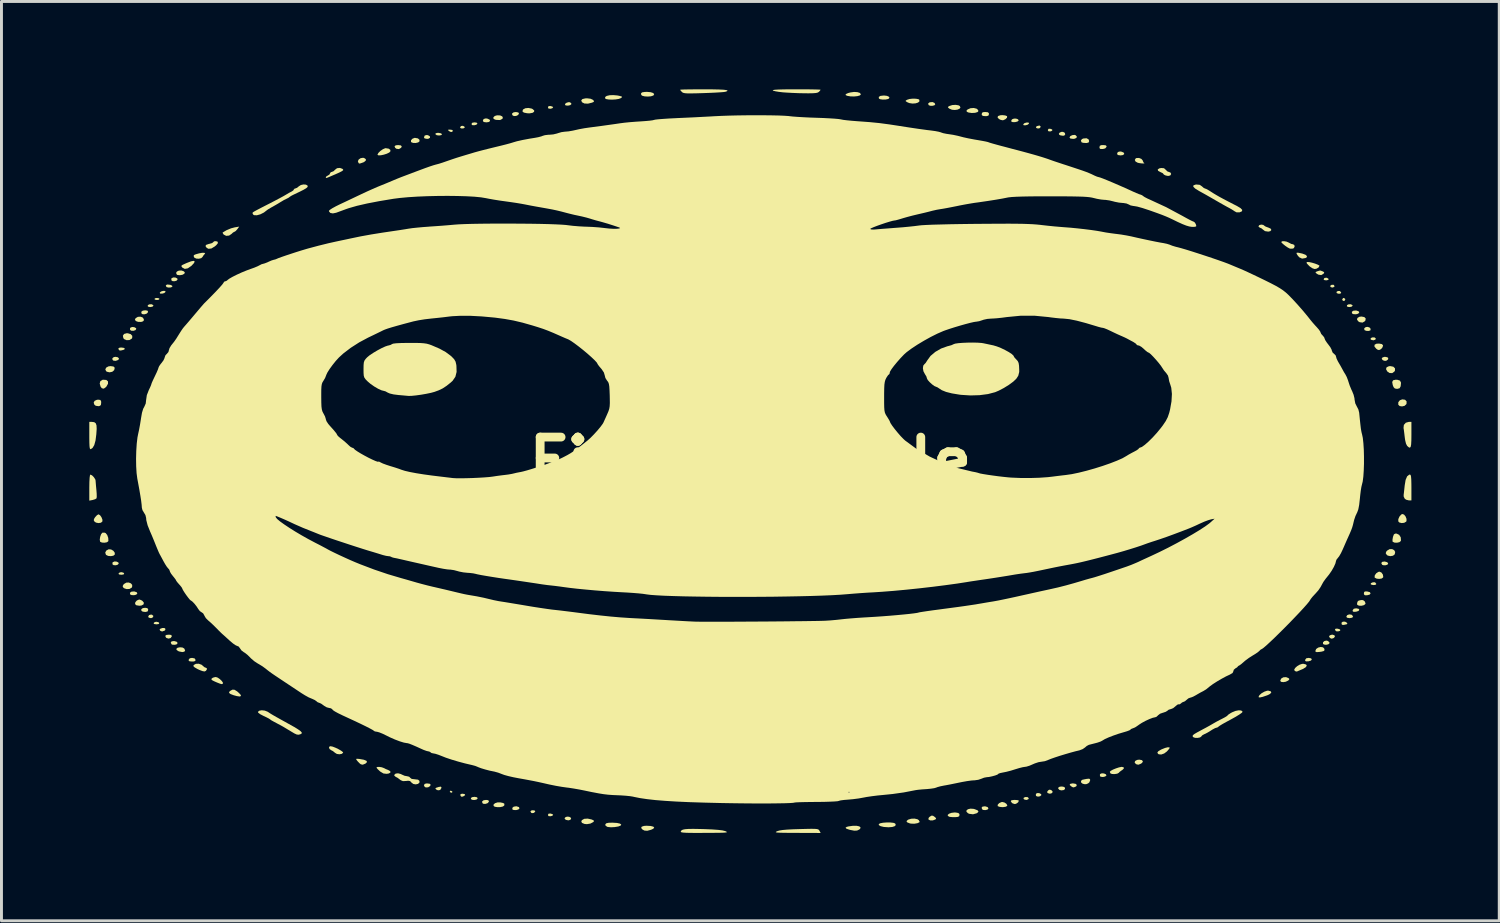
<source format=kicad_pcb>
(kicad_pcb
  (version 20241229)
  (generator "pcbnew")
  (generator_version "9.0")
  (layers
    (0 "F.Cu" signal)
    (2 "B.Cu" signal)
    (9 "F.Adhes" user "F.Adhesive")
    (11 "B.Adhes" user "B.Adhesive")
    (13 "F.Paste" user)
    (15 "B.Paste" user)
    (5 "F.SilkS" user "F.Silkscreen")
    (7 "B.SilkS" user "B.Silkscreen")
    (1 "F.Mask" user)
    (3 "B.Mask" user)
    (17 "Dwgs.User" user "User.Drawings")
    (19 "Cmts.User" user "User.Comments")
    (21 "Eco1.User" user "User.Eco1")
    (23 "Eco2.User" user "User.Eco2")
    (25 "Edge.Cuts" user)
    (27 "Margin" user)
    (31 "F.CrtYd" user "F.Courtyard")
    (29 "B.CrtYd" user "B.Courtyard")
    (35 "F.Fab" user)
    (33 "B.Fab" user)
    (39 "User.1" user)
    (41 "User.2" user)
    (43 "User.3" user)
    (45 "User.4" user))
  (footprint "FireInTheHole"
    (layer "F.Cu")
    (at 22.578 12.7)
    (property "Reference" "FireInTheHole" (at 0 0 0) (layer "F.SilkS") (effects (font (size 1.5 1.5) (thickness 0.3))))
    (attr board_only exclude_from_pos_files exclude_from_bom)
    (fp_poly (pts (xy -21.414 3.809) (xy -21.387 3.836) (xy -21.406 3.87) (xy -21.484 3.881) (xy -21.565 3.869) (xy -21.581 3.836) (xy -21.539 3.802) (xy -21.484 3.792)) (stroke (width 0) (type solid)) (fill yes) (layer "F.SilkS"))
    (fp_poly (pts (xy -20.215 5.502) (xy -20.188 5.53) (xy -20.206 5.563) (xy -20.285 5.574) (xy -20.366 5.562) (xy -20.382 5.53) (xy -20.339 5.495) (xy -20.285 5.486)) (stroke (width 0) (type solid)) (fill yes) (layer "F.SilkS"))
    (fp_poly (pts (xy -20.201 -5.562) (xy -20.179 -5.539) (xy -20.209 -5.512) (xy -20.267 -5.503) (xy -20.333 -5.515) (xy -20.355 -5.539) (xy -20.325 -5.565) (xy -20.267 -5.574)) (stroke (width 0) (type solid)) (fill yes) (layer "F.SilkS"))
    (fp_poly (pts (xy -10.187 -11.313) (xy -10.16 -11.291) (xy -10.184 -11.244) (xy -10.242 -11.246) (xy -10.287 -11.271) (xy -10.329 -11.308) (xy -10.313 -11.321) (xy -10.257 -11.323)) (stroke (width 0) (type solid)) (fill yes) (layer "F.SilkS"))
    (fp_poly (pts (xy -10.185 11.279) (xy -10.178 11.289) (xy -10.186 11.319) (xy -10.211 11.324) (xy -10.259 11.306) (xy -10.266 11.289) (xy -10.241 11.255) (xy -10.233 11.254)) (stroke (width 0) (type solid)) (fill yes) (layer "F.SilkS"))
    (fp_poly (pts (xy -9.34 -11.557) (xy -9.322 -11.524) (xy -9.361 -11.489) (xy -9.431 -11.472) (xy -9.504 -11.477) (xy -9.525 -11.516) (xy -9.498 -11.558) (xy -9.416 -11.571)) (stroke (width 0) (type solid)) (fill yes) (layer "F.SilkS"))
    (fp_poly (pts (xy -7.356 11.938) (xy -7.347 11.968) (xy -7.391 12.013) (xy -7.456 12.023) (xy -7.489 12.007) (xy -7.513 11.958) (xy -7.473 11.929) (xy -7.423 11.924)) (stroke (width 0) (type solid)) (fill yes) (layer "F.SilkS"))
    (fp_poly (pts (xy -6.758 -12.109) (xy -6.736 -12.083) (xy -6.766 -12.052) (xy -6.825 -12.036) (xy -6.895 -12.042) (xy -6.914 -12.083) (xy -6.892 -12.125) (xy -6.825 -12.129)) (stroke (width 0) (type solid)) (fill yes) (layer "F.SilkS"))
    (fp_poly (pts (xy -6.758 12.057) (xy -6.736 12.083) (xy -6.766 12.113) (xy -6.825 12.129) (xy -6.895 12.123) (xy -6.914 12.083) (xy -6.892 12.04) (xy -6.825 12.036)) (stroke (width 0) (type solid)) (fill yes) (layer "F.SilkS"))
    (fp_poly (pts (xy 10.301 -11.331) (xy 10.319 -11.307) (xy 10.289 -11.275) (xy 10.239 -11.26) (xy 10.175 -11.269) (xy 10.16 -11.307) (xy 10.184 -11.35) (xy 10.239 -11.353)) (stroke (width 0) (type solid)) (fill yes) (layer "F.SilkS"))
    (fp_poly (pts (xy 20.314 -5.546) (xy 20.32 -5.521) (xy 20.292 -5.474) (xy 20.267 -5.468) (xy 20.22 -5.496) (xy 20.214 -5.521) (xy 20.242 -5.568) (xy 20.267 -5.574)) (stroke (width 0) (type solid)) (fill yes) (layer "F.SilkS"))
    (fp_poly (pts (xy -20.435 5.247) (xy -20.391 5.285) (xy -20.401 5.33) (xy -20.455 5.36) (xy -20.479 5.362) (xy -20.548 5.345) (xy -20.567 5.313) (xy -20.538 5.258) (xy -20.47 5.24)) (stroke (width 0) (type solid)) (fill yes) (layer "F.SilkS"))
    (fp_poly (pts (xy -11.935 -10.783) (xy -11.906 -10.746) (xy -11.929 -10.701) (xy -12.004 -10.658) (xy -12.089 -10.669) (xy -12.131 -10.701) (xy -12.153 -10.756) (xy -12.109 -10.787) (xy -12.03 -10.795)) (stroke (width 0) (type solid)) (fill yes) (layer "F.SilkS"))
    (fp_poly (pts (xy -11.006 -11.13) (xy -10.944 -11.091) (xy -10.941 -11.045) (xy -10.994 -11.012) (xy -11.042 -11.007) (xy -11.125 -11.022) (xy -11.148 -11.058) (xy -11.121 -11.122) (xy -11.049 -11.139)) (stroke (width 0) (type solid)) (fill yes) (layer "F.SilkS"))
    (fp_poly (pts (xy -10.95 11.019) (xy -10.918 11.054) (xy -10.941 11.1) (xy -11.007 11.141) (xy -11.086 11.144) (xy -11.124 11.124) (xy -11.15 11.066) (xy -11.117 11.021) (xy -11.048 11.007)) (stroke (width 0) (type solid)) (fill yes) (layer "F.SilkS"))
    (fp_poly (pts (xy -9.335 11.481) (xy -9.313 11.518) (xy -9.343 11.553) (xy -9.411 11.572) (xy -9.487 11.57) (xy -9.536 11.549) (xy -9.547 11.507) (xy -9.5 11.476) (xy -9.417 11.465)) (stroke (width 0) (type solid)) (fill yes) (layer "F.SilkS"))
    (fp_poly (pts (xy 9.91 -11.438) (xy 9.913 -11.412) (xy 9.885 -11.373) (xy 9.825 -11.36) (xy 9.769 -11.377) (xy 9.757 -11.391) (xy 9.766 -11.428) (xy 9.793 -11.444) (xy 9.874 -11.464)) (stroke (width 0) (type solid)) (fill yes) (layer "F.SilkS"))
    (fp_poly (pts (xy 19.699 -6.258) (xy 19.751 -6.222) (xy 19.739 -6.189) (xy 19.669 -6.174) (xy 19.667 -6.174) (xy 19.601 -6.185) (xy 19.579 -6.207) (xy 19.607 -6.256) (xy 19.674 -6.265)) (stroke (width 0) (type solid)) (fill yes) (layer "F.SilkS"))
    (fp_poly (pts (xy 19.918 -6.022) (xy 19.931 -6.016) (xy 19.953 -5.973) (xy 19.948 -5.96) (xy 19.895 -5.929) (xy 19.831 -5.94) (xy 19.808 -5.962) (xy 19.814 -6) (xy 19.86 -6.024)) (stroke (width 0) (type solid)) (fill yes) (layer "F.SilkS"))
    (fp_poly (pts (xy -21.64 3.433) (xy -21.584 3.464) (xy -21.572 3.493) (xy -21.602 3.534) (xy -21.668 3.556) (xy -21.741 3.554) (xy -21.785 3.527) (xy -21.787 3.469) (xy -21.774 3.451) (xy -21.714 3.426)) (stroke (width 0) (type solid)) (fill yes) (layer "F.SilkS"))
    (fp_poly (pts (xy -21.601 -3.546) (xy -21.564 -3.507) (xy -21.583 -3.462) (xy -21.594 -3.454) (xy -21.677 -3.425) (xy -21.754 -3.433) (xy -21.784 -3.457) (xy -21.79 -3.515) (xy -21.739 -3.554) (xy -21.678 -3.563)) (stroke (width 0) (type solid)) (fill yes) (layer "F.SilkS"))
    (fp_poly (pts (xy -21.4 -3.869) (xy -21.363 -3.843) (xy -21.382 -3.813) (xy -21.423 -3.797) (xy -21.503 -3.778) (xy -21.543 -3.781) (xy -21.566 -3.798) (xy -21.589 -3.846) (xy -21.548 -3.875) (xy -21.486 -3.881)) (stroke (width 0) (type solid)) (fill yes) (layer "F.SilkS"))
    (fp_poly (pts (xy -21.041 -4.575) (xy -20.985 -4.544) (xy -20.973 -4.516) (xy -21.002 -4.474) (xy -21.069 -4.452) (xy -21.141 -4.454) (xy -21.185 -4.481) (xy -21.187 -4.539) (xy -21.175 -4.557) (xy -21.115 -4.582)) (stroke (width 0) (type solid)) (fill yes) (layer "F.SilkS"))
    (fp_poly (pts (xy -20.593 -5.141) (xy -20.572 -5.106) (xy -20.573 -5.089) (xy -20.612 -5.042) (xy -20.685 -5.016) (xy -20.759 -5.018) (xy -20.795 -5.043) (xy -20.803 -5.101) (xy -20.75 -5.14) (xy -20.668 -5.151)) (stroke (width 0) (type solid)) (fill yes) (layer "F.SilkS"))
    (fp_poly (pts (xy -20.444 -5.356) (xy -20.395 -5.328) (xy -20.388 -5.309) (xy -20.417 -5.278) (xy -20.483 -5.263) (xy -20.551 -5.269) (xy -20.583 -5.29) (xy -20.578 -5.329) (xy -20.526 -5.356) (xy -20.45 -5.358)) (stroke (width 0) (type solid)) (fill yes) (layer "F.SilkS"))
    (fp_poly (pts (xy -19.987 -5.813) (xy -19.974 -5.781) (xy -19.975 -5.779) (xy -20.018 -5.741) (xy -20.088 -5.721) (xy -20.159 -5.723) (xy -20.172 -5.755) (xy -20.171 -5.756) (xy -20.128 -5.794) (xy -20.058 -5.815)) (stroke (width 0) (type solid)) (fill yes) (layer "F.SilkS"))
    (fp_poly (pts (xy -19.978 5.728) (xy -19.986 5.772) (xy -20.007 5.789) (xy -20.093 5.819) (xy -20.156 5.792) (xy -20.163 5.783) (xy -20.177 5.747) (xy -20.15 5.723) (xy -20.085 5.7) (xy -20.016 5.698)) (stroke (width 0) (type solid)) (fill yes) (layer "F.SilkS"))
    (fp_poly (pts (xy -19.808 -6.021) (xy -19.749 -5.993) (xy -19.74 -5.958) (xy -19.789 -5.934) (xy -19.866 -5.928) (xy -19.932 -5.942) (xy -19.944 -5.95) (xy -19.966 -6.001) (xy -19.927 -6.03) (xy -19.9 -6.032)) (stroke (width 0) (type solid)) (fill yes) (layer "F.SilkS"))
    (fp_poly (pts (xy -19.78 5.937) (xy -19.76 5.974) (xy -19.762 5.988) (xy -19.802 6.043) (xy -19.874 6.061) (xy -19.945 6.038) (xy -19.961 6.022) (xy -19.985 5.967) (xy -19.942 5.935) (xy -19.853 5.927)) (stroke (width 0) (type solid)) (fill yes) (layer "F.SilkS"))
    (fp_poly (pts (xy -19.676 6.145) (xy -19.592 6.17) (xy -19.561 6.211) (xy -19.585 6.252) (xy -19.651 6.272) (xy -19.728 6.271) (xy -19.766 6.258) (xy -19.797 6.198) (xy -19.767 6.156) (xy -19.685 6.144)) (stroke (width 0) (type solid)) (fill yes) (layer "F.SilkS"))
    (fp_poly (pts (xy -19.63 -6.269) (xy -19.573 -6.238) (xy -19.562 -6.209) (xy -19.591 -6.168) (xy -19.658 -6.145) (xy -19.73 -6.147) (xy -19.774 -6.175) (xy -19.776 -6.232) (xy -19.764 -6.25) (xy -19.704 -6.275)) (stroke (width 0) (type solid)) (fill yes) (layer "F.SilkS"))
    (fp_poly (pts (xy -18.981 6.738) (xy -18.951 6.782) (xy -18.957 6.824) (xy -19.006 6.841) (xy -19.068 6.844) (xy -19.153 6.837) (xy -19.185 6.812) (xy -19.184 6.782) (xy -19.145 6.733) (xy -19.068 6.72)) (stroke (width 0) (type solid)) (fill yes) (layer "F.SilkS"))
    (fp_poly (pts (xy -10.551 11.139) (xy -10.554 11.169) (xy -10.594 11.232) (xy -10.668 11.243) (xy -10.723 11.22) (xy -10.759 11.186) (xy -10.738 11.159) (xy -10.655 11.132) (xy -10.642 11.128) (xy -10.572 11.117)) (stroke (width 0) (type solid)) (fill yes) (layer "F.SilkS"))
    (fp_poly (pts (xy -9.776 -11.434) (xy -9.753 -11.401) (xy -9.757 -11.391) (xy -9.8 -11.365) (xy -9.863 -11.361) (xy -9.908 -11.379) (xy -9.913 -11.393) (xy -9.888 -11.441) (xy -9.881 -11.446) (xy -9.828 -11.453)) (stroke (width 0) (type solid)) (fill yes) (layer "F.SilkS"))
    (fp_poly (pts (xy -9.754 11.374) (xy -9.741 11.407) (xy -9.791 11.443) (xy -9.792 11.444) (xy -9.848 11.463) (xy -9.875 11.456) (xy -9.89 11.442) (xy -9.912 11.393) (xy -9.872 11.364) (xy -9.825 11.359)) (stroke (width 0) (type solid)) (fill yes) (layer "F.SilkS"))
    (fp_poly (pts (xy -8.976 -11.697) (xy -8.902 -11.661) (xy -8.89 -11.618) (xy -8.935 -11.583) (xy -9.013 -11.571) (xy -9.106 -11.583) (xy -9.137 -11.622) (xy -9.137 -11.622) (xy -9.11 -11.686) (xy -9.033 -11.706)) (stroke (width 0) (type solid)) (fill yes) (layer "F.SilkS"))
    (fp_poly (pts (xy -8.951 11.581) (xy -8.93 11.616) (xy -8.932 11.633) (xy -8.971 11.68) (xy -9.044 11.706) (xy -9.118 11.704) (xy -9.153 11.679) (xy -9.161 11.62) (xy -9.109 11.582) (xy -9.026 11.571)) (stroke (width 0) (type solid)) (fill yes) (layer "F.SilkS"))
    (fp_poly (pts (xy -7.926 -11.909) (xy -7.902 -11.875) (xy -7.932 -11.822) (xy -8 -11.79) (xy -8.077 -11.786) (xy -8.131 -11.818) (xy -8.132 -11.818) (xy -8.138 -11.875) (xy -8.085 -11.913) (xy -8.006 -11.924)) (stroke (width 0) (type solid)) (fill yes) (layer "F.SilkS"))
    (fp_poly (pts (xy -6.191 12.146) (xy -6.134 12.176) (xy -6.121 12.206) (xy -6.149 12.252) (xy -6.217 12.269) (xy -6.295 12.253) (xy -6.314 12.243) (xy -6.347 12.203) (xy -6.327 12.169) (xy -6.265 12.142)) (stroke (width 0) (type solid)) (fill yes) (layer "F.SilkS"))
    (fp_poly (pts (xy -6.157 -12.255) (xy -6.115 -12.217) (xy -6.113 -12.193) (xy -6.155 -12.158) (xy -6.231 -12.142) (xy -6.302 -12.148) (xy -6.33 -12.167) (xy -6.323 -12.208) (xy -6.272 -12.243) (xy -6.203 -12.261)) (stroke (width 0) (type solid)) (fill yes) (layer "F.SilkS"))
    (fp_poly (pts (xy 6.291 -12.234) (xy 6.315 -12.185) (xy 6.285 -12.153) (xy 6.217 -12.136) (xy 6.141 -12.138) (xy 6.091 -12.159) (xy 6.07 -12.211) (xy 6.117 -12.251) (xy 6.133 -12.257) (xy 6.222 -12.264)) (stroke (width 0) (type solid)) (fill yes) (layer "F.SilkS"))
    (fp_poly (pts (xy 8.017 11.789) (xy 8.101 11.814) (xy 8.132 11.856) (xy 8.108 11.896) (xy 8.042 11.917) (xy 7.965 11.916) (xy 7.927 11.902) (xy 7.896 11.842) (xy 7.926 11.801) (xy 8.008 11.789)) (stroke (width 0) (type solid)) (fill yes) (layer "F.SilkS"))
    (fp_poly (pts (xy 9.474 11.479) (xy 9.51 11.513) (xy 9.492 11.55) (xy 9.431 11.571) (xy 9.419 11.571) (xy 9.352 11.554) (xy 9.331 11.536) (xy 9.336 11.498) (xy 9.386 11.473) (xy 9.455 11.473)) (stroke (width 0) (type solid)) (fill yes) (layer "F.SilkS"))
    (fp_poly (pts (xy 9.505 -11.563) (xy 9.518 -11.531) (xy 9.517 -11.53) (xy 9.474 -11.492) (xy 9.404 -11.471) (xy 9.333 -11.473) (xy 9.321 -11.505) (xy 9.321 -11.507) (xy 9.364 -11.545) (xy 9.435 -11.565)) (stroke (width 0) (type solid)) (fill yes) (layer "F.SilkS"))
    (fp_poly (pts (xy 9.884 11.345) (xy 9.932 11.376) (xy 9.939 11.407) (xy 9.895 11.446) (xy 9.823 11.459) (xy 9.762 11.439) (xy 9.754 11.429) (xy 9.752 11.372) (xy 9.764 11.353) (xy 9.818 11.334)) (stroke (width 0) (type solid)) (fill yes) (layer "F.SilkS"))
    (fp_poly (pts (xy 10.739 -11.214) (xy 10.755 -11.163) (xy 10.725 -11.122) (xy 10.683 -11.113) (xy 10.598 -11.125) (xy 10.555 -11.143) (xy 10.536 -11.181) (xy 10.566 -11.221) (xy 10.626 -11.247) (xy 10.678 -11.247)) (stroke (width 0) (type solid)) (fill yes) (layer "F.SilkS"))
    (fp_poly (pts (xy 12.684 -10.568) (xy 12.758 -10.533) (xy 12.77 -10.489) (xy 12.725 -10.454) (xy 12.647 -10.442) (xy 12.554 -10.455) (xy 12.524 -10.493) (xy 12.524 -10.493) (xy 12.551 -10.558) (xy 12.628 -10.577)) (stroke (width 0) (type solid)) (fill yes) (layer "F.SilkS"))
    (fp_poly (pts (xy 19.152 6.736) (xy 19.177 6.772) (xy 19.146 6.812) (xy 19.061 6.837) (xy 19.056 6.838) (xy 18.976 6.839) (xy 18.949 6.816) (xy 18.95 6.785) (xy 18.987 6.734) (xy 19.068 6.72)) (stroke (width 0) (type solid)) (fill yes) (layer "F.SilkS"))
    (fp_poly (pts (xy 19.727 6.142) (xy 19.776 6.187) (xy 19.781 6.22) (xy 19.738 6.257) (xy 19.662 6.273) (xy 19.589 6.263) (xy 19.559 6.241) (xy 19.558 6.188) (xy 19.603 6.146) (xy 19.672 6.129)) (stroke (width 0) (type solid)) (fill yes) (layer "F.SilkS"))
    (fp_poly (pts (xy 20.13 -5.81) (xy 20.142 -5.804) (xy 20.177 -5.759) (xy 20.179 -5.748) (xy 20.151 -5.721) (xy 20.092 -5.717) (xy 20.035 -5.735) (xy 20.02 -5.751) (xy 20.026 -5.788) (xy 20.072 -5.812)) (stroke (width 0) (type solid)) (fill yes) (layer "F.SilkS"))
    (fp_poly (pts (xy 20.514 -5.356) (xy 20.563 -5.328) (xy 20.57 -5.309) (xy 20.54 -5.278) (xy 20.474 -5.263) (xy 20.407 -5.269) (xy 20.374 -5.29) (xy 20.379 -5.329) (xy 20.431 -5.356) (xy 20.508 -5.358)) (stroke (width 0) (type solid)) (fill yes) (layer "F.SilkS"))
    (fp_poly (pts (xy 20.525 5.243) (xy 20.551 5.257) (xy 20.586 5.31) (xy 20.556 5.347) (xy 20.469 5.362) (xy 20.459 5.362) (xy 20.378 5.347) (xy 20.355 5.312) (xy 20.384 5.261) (xy 20.451 5.235)) (stroke (width 0) (type solid)) (fill yes) (layer "F.SilkS"))
    (fp_poly (pts (xy 20.774 5.043) (xy 20.8 5.079) (xy 20.769 5.118) (xy 20.684 5.144) (xy 20.679 5.144) (xy 20.599 5.146) (xy 20.571 5.123) (xy 20.573 5.091) (xy 20.61 5.041) (xy 20.691 5.027)) (stroke (width 0) (type solid)) (fill yes) (layer "F.SilkS"))
    (fp_poly (pts (xy 21.07 4.452) (xy 21.157 4.475) (xy 21.184 4.516) (xy 21.151 4.559) (xy 21.07 4.58) (xy 20.99 4.58) (xy 20.959 4.552) (xy 20.955 4.516) (xy 20.966 4.465) (xy 21.013 4.449)) (stroke (width 0) (type solid)) (fill yes) (layer "F.SilkS"))
    (fp_poly (pts (xy 21.328 -4.22) (xy 21.364 -4.186) (xy 21.345 -4.148) (xy 21.284 -4.128) (xy 21.273 -4.128) (xy 21.206 -4.144) (xy 21.184 -4.163) (xy 21.19 -4.201) (xy 21.239 -4.225) (xy 21.308 -4.226)) (stroke (width 0) (type solid)) (fill yes) (layer "F.SilkS"))
    (fp_poly (pts (xy 21.343 4.145) (xy 21.377 4.19) (xy 21.378 4.2) (xy 21.35 4.225) (xy 21.286 4.233) (xy 21.219 4.222) (xy 21.186 4.201) (xy 21.196 4.168) (xy 21.247 4.143) (xy 21.31 4.135)) (stroke (width 0) (type solid)) (fill yes) (layer "F.SilkS"))
    (fp_poly (pts (xy 21.669 3.429) (xy 21.753 3.453) (xy 21.785 3.495) (xy 21.761 3.535) (xy 21.695 3.556) (xy 21.617 3.555) (xy 21.58 3.541) (xy 21.549 3.482) (xy 21.579 3.44) (xy 21.66 3.428)) (stroke (width 0) (type solid)) (fill yes) (layer "F.SilkS"))
    (fp_poly (pts (xy -21.039 4.451) (xy -20.958 4.478) (xy -20.937 4.52) (xy -20.976 4.561) (xy -21.049 4.579) (xy -21.134 4.575) (xy -21.184 4.551) (xy -21.185 4.55) (xy -21.19 4.495) (xy -21.139 4.458) (xy -21.048 4.45)) (stroke (width 0) (type solid)) (fill yes) (layer "F.SilkS"))
    (fp_poly (pts (xy -20.594 5.021) (xy -20.568 5.064) (xy -20.567 5.08) (xy -20.584 5.132) (xy -20.647 5.15) (xy -20.671 5.151) (xy -20.752 5.14) (xy -20.796 5.115) (xy -20.803 5.058) (xy -20.75 5.02) (xy -20.671 5.009)) (stroke (width 0) (type solid)) (fill yes) (layer "F.SilkS"))
    (fp_poly (pts (xy -19.394 6.366) (xy -19.335 6.4) (xy -19.305 6.465) (xy -19.331 6.507) (xy -19.402 6.521) (xy -19.506 6.501) (xy -19.538 6.489) (xy -19.595 6.449) (xy -19.606 6.412) (xy -19.561 6.373) (xy -19.48 6.358)) (stroke (width 0) (type solid)) (fill yes) (layer "F.SilkS"))
    (fp_poly (pts (xy -10.645 -11.212) (xy -10.567 -11.195) (xy -10.531 -11.168) (xy -10.53 -11.165) (xy -10.56 -11.135) (xy -10.628 -11.122) (xy -10.704 -11.131) (xy -10.716 -11.135) (xy -10.76 -11.169) (xy -10.745 -11.199) (xy -10.681 -11.213)) (stroke (width 0) (type solid)) (fill yes) (layer "F.SilkS"))
    (fp_poly (pts (xy -8.544 -11.807) (xy -8.474 -11.775) (xy -8.453 -11.725) (xy -8.471 -11.69) (xy -8.548 -11.65) (xy -8.674 -11.655) (xy -8.724 -11.666) (xy -8.777 -11.7) (xy -8.775 -11.747) (xy -8.726 -11.79) (xy -8.649 -11.812)) (stroke (width 0) (type solid)) (fill yes) (layer "F.SilkS"))
    (fp_poly (pts (xy -7.987 11.789) (xy -7.905 11.815) (xy -7.884 11.858) (xy -7.923 11.898) (xy -7.996 11.917) (xy -8.079 11.916) (xy -8.125 11.899) (xy -8.126 11.898) (xy -8.13 11.842) (xy -8.081 11.801) (xy -7.997 11.788)) (stroke (width 0) (type solid)) (fill yes) (layer "F.SilkS"))
    (fp_poly (pts (xy 10.272 11.236) (xy 10.297 11.25) (xy 10.327 11.295) (xy 10.301 11.339) (xy 10.234 11.359) (xy 10.231 11.359) (xy 10.163 11.341) (xy 10.14 11.32) (xy 10.145 11.275) (xy 10.189 11.232) (xy 10.231 11.219)) (stroke (width 0) (type solid)) (fill yes) (layer "F.SilkS"))
    (fp_poly (pts (xy 10.685 11.118) (xy 10.74 11.146) (xy 10.745 11.152) (xy 10.746 11.201) (xy 10.699 11.235) (xy 10.623 11.245) (xy 10.557 11.23) (xy 10.516 11.184) (xy 10.513 11.162) (xy 10.542 11.128) (xy 10.609 11.113)) (stroke (width 0) (type solid)) (fill yes) (layer "F.SilkS"))
    (fp_poly (pts (xy 11.11 -11.131) (xy 11.153 -11.082) (xy 11.134 -11.037) (xy 11.065 -11.01) (xy 11.024 -11.007) (xy 10.932 -11.018) (xy 10.901 -11.055) (xy 10.901 -11.059) (xy 10.931 -11.104) (xy 11 -11.135) (xy 11.076 -11.143)) (stroke (width 0) (type solid)) (fill yes) (layer "F.SilkS"))
    (fp_poly (pts (xy 11.111 11.022) (xy 11.15 11.059) (xy 11.135 11.102) (xy 11.092 11.126) (xy 11.044 11.143) (xy 11.012 11.138) (xy 10.963 11.11) (xy 10.907 11.061) (xy 10.918 11.025) (xy 10.992 11.008) (xy 11.024 11.007)) (stroke (width 0) (type solid)) (fill yes) (layer "F.SilkS"))
    (fp_poly (pts (xy 12.078 10.668) (xy 12.14 10.694) (xy 12.163 10.73) (xy 12.162 10.735) (xy 12.118 10.772) (xy 12.042 10.788) (xy 11.969 10.78) (xy 11.941 10.759) (xy 11.939 10.701) (xy 11.953 10.682) (xy 12.006 10.662)) (stroke (width 0) (type solid)) (fill yes) (layer "F.SilkS"))
    (fp_poly (pts (xy 12.134 -10.788) (xy 12.165 -10.762) (xy 12.164 -10.733) (xy 12.12 -10.681) (xy 12.038 -10.66) (xy 11.959 -10.66) (xy 11.928 -10.688) (xy 11.924 -10.722) (xy 11.937 -10.772) (xy 11.987 -10.792) (xy 12.05 -10.795)) (stroke (width 0) (type solid)) (fill yes) (layer "F.SilkS"))
    (fp_poly (pts (xy 13.373 10.212) (xy 13.408 10.253) (xy 13.38 10.306) (xy 13.337 10.335) (xy 13.257 10.368) (xy 13.193 10.357) (xy 13.162 10.339) (xy 13.124 10.29) (xy 13.144 10.24) (xy 13.21 10.205) (xy 13.281 10.195)) (stroke (width 0) (type solid)) (fill yes) (layer "F.SilkS"))
    (fp_poly (pts (xy 19.949 5.947) (xy 19.966 5.993) (xy 19.928 6.039) (xy 19.911 6.046) (xy 19.86 6.064) (xy 19.828 6.056) (xy 19.795 6.036) (xy 19.764 5.992) (xy 19.79 5.95) (xy 19.86 5.928) (xy 19.881 5.927)) (stroke (width 0) (type solid)) (fill yes) (layer "F.SilkS"))
    (fp_poly (pts (xy 20.056 5.722) (xy 20.12 5.739) (xy 20.153 5.768) (xy 20.154 5.768) (xy 20.132 5.799) (xy 20.074 5.815) (xy 20.013 5.811) (xy 19.992 5.799) (xy 19.967 5.746) (xy 19.967 5.742) (xy 19.995 5.722)) (stroke (width 0) (type solid)) (fill yes) (layer "F.SilkS"))
    (fp_poly (pts (xy 20.695 -5.144) (xy 20.776 -5.118) (xy 20.797 -5.075) (xy 20.758 -5.035) (xy 20.685 -5.016) (xy 20.6 -5.02) (xy 20.549 -5.045) (xy 20.549 -5.046) (xy 20.544 -5.101) (xy 20.594 -5.137) (xy 20.685 -5.145)) (stroke (width 0) (type solid)) (fill yes) (layer "F.SilkS"))
    (fp_poly (pts (xy 20.971 -4.92) (xy 21.018 -4.87) (xy 21.005 -4.801) (xy 20.99 -4.78) (xy 20.91 -4.732) (xy 20.812 -4.745) (xy 20.766 -4.772) (xy 20.72 -4.833) (xy 20.734 -4.89) (xy 20.801 -4.93) (xy 20.872 -4.939)) (stroke (width 0) (type solid)) (fill yes) (layer "F.SilkS"))
    (fp_poly (pts (xy 21.146 -4.566) (xy 21.186 -4.519) (xy 21.179 -4.47) (xy 21.176 -4.466) (xy 21.12 -4.447) (xy 21.041 -4.449) (xy 20.981 -4.472) (xy 20.973 -4.48) (xy 20.967 -4.538) (xy 21.018 -4.577) (xy 21.077 -4.586)) (stroke (width 0) (type solid)) (fill yes) (layer "F.SilkS"))
    (fp_poly (pts (xy 21.753 -3.548) (xy 21.786 -3.524) (xy 21.782 -3.477) (xy 21.734 -3.436) (xy 21.678 -3.423) (xy 21.619 -3.44) (xy 21.594 -3.454) (xy 21.563 -3.498) (xy 21.589 -3.54) (xy 21.659 -3.562) (xy 21.678 -3.563)) (stroke (width 0) (type solid)) (fill yes) (layer "F.SilkS"))
    (fp_poly (pts (xy 21.961 -3.225) (xy 22.017 -3.17) (xy 22.017 -3.095) (xy 21.997 -3.06) (xy 21.921 -3.006) (xy 21.829 -3.011) (xy 21.753 -3.064) (xy 21.711 -3.144) (xy 21.732 -3.207) (xy 21.81 -3.242) (xy 21.857 -3.246)) (stroke (width 0) (type solid)) (fill yes) (layer "F.SilkS"))
    (fp_poly (pts (xy 22.361 -2.097) (xy 22.414 -2.042) (xy 22.411 -1.961) (xy 22.403 -1.943) (xy 22.344 -1.889) (xy 22.259 -1.869) (xy 22.178 -1.881) (xy 22.13 -1.927) (xy 22.13 -2.012) (xy 22.185 -2.08) (xy 22.267 -2.11)) (stroke (width 0) (type solid)) (fill yes) (layer "F.SilkS"))
    (fp_poly (pts (xy -22.202 -2.09) (xy -22.175 -2.047) (xy -22.172 -1.993) (xy -22.183 -1.915) (xy -22.229 -1.883) (xy -22.263 -1.877) (xy -22.355 -1.89) (xy -22.402 -1.924) (xy -22.429 -1.996) (xy -22.397 -2.059) (xy -22.318 -2.095) (xy -22.274 -2.099)) (stroke (width 0) (type solid)) (fill yes) (layer "F.SilkS"))
    (fp_poly (pts (xy -21.997 -2.773) (xy -21.94 -2.724) (xy -21.939 -2.643) (xy -21.999 -2.54) (xy -22.007 -2.531) (xy -22.082 -2.476) (xy -22.149 -2.489) (xy -22.191 -2.542) (xy -22.223 -2.649) (xy -22.2 -2.733) (xy -22.126 -2.778) (xy -22.108 -2.781)) (stroke (width 0) (type solid)) (fill yes) (layer "F.SilkS"))
    (fp_poly (pts (xy -21.833 3.017) (xy -21.756 3.062) (xy -21.708 3.129) (xy -21.707 3.19) (xy -21.755 3.229) (xy -21.84 3.245) (xy -21.933 3.237) (xy -22.003 3.204) (xy -22.01 3.197) (xy -22.034 3.124) (xy -21.999 3.055) (xy -21.918 3.011)) (stroke (width 0) (type solid)) (fill yes) (layer "F.SilkS"))
    (fp_poly (pts (xy -21.751 -3.232) (xy -21.709 -3.189) (xy -21.727 -3.113) (xy -21.731 -3.105) (xy -21.794 -3.052) (xy -21.887 -3.033) (xy -21.977 -3.054) (xy -22.005 -3.075) (xy -22.031 -3.137) (xy -22 -3.195) (xy -21.926 -3.236) (xy -21.855 -3.246)) (stroke (width 0) (type solid)) (fill yes) (layer "F.SilkS"))
    (fp_poly (pts (xy -21.261 -4.367) (xy -21.163 -4.337) (xy -21.11 -4.279) (xy -21.113 -4.209) (xy -21.129 -4.183) (xy -21.206 -4.136) (xy -21.302 -4.131) (xy -21.386 -4.166) (xy -21.415 -4.2) (xy -21.431 -4.285) (xy -21.389 -4.345) (xy -21.298 -4.369)) (stroke (width 0) (type solid)) (fill yes) (layer "F.SilkS"))
    (fp_poly (pts (xy -20.809 4.746) (xy -20.762 4.775) (xy -20.713 4.837) (xy -20.726 4.893) (xy -20.793 4.93) (xy -20.867 4.939) (xy -20.973 4.922) (xy -21.015 4.881) (xy -21.006 4.819) (xy -20.954 4.76) (xy -20.881 4.728) (xy -20.867 4.727)) (stroke (width 0) (type solid)) (fill yes) (layer "F.SilkS"))
    (fp_poly (pts (xy -19.364 -6.49) (xy -19.316 -6.451) (xy -19.329 -6.407) (xy -19.334 -6.4) (xy -19.397 -6.365) (xy -19.487 -6.35) (xy -19.567 -6.359) (xy -19.591 -6.374) (xy -19.614 -6.429) (xy -19.585 -6.476) (xy -19.52 -6.507) (xy -19.436 -6.512)) (stroke (width 0) (type solid)) (fill yes) (layer "F.SilkS"))
    (fp_poly (pts (xy -11.354 -11.023) (xy -11.301 -10.975) (xy -11.3 -10.922) (xy -11.347 -10.885) (xy -11.431 -10.866) (xy -11.52 -10.869) (xy -11.583 -10.894) (xy -11.59 -10.902) (xy -11.59 -10.958) (xy -11.543 -11.011) (xy -11.47 -11.04) (xy -11.452 -11.041)) (stroke (width 0) (type solid)) (fill yes) (layer "F.SilkS"))
    (fp_poly (pts (xy -3.403 12.461) (xy -3.314 12.484) (xy -3.283 12.517) (xy -3.316 12.556) (xy -3.392 12.591) (xy -3.522 12.625) (xy -3.616 12.618) (xy -3.685 12.582) (xy -3.73 12.528) (xy -3.71 12.485) (xy -3.632 12.459) (xy -3.546 12.453)) (stroke (width 0) (type solid)) (fill yes) (layer "F.SilkS"))
    (fp_poly (pts (xy 6.239 12.112) (xy 6.299 12.153) (xy 6.344 12.196) (xy 6.333 12.227) (xy 6.315 12.24) (xy 6.231 12.271) (xy 6.143 12.271) (xy 6.084 12.239) (xy 6.082 12.236) (xy 6.087 12.187) (xy 6.122 12.148) (xy 6.188 12.107)) (stroke (width 0) (type solid)) (fill yes) (layer "F.SilkS"))
    (fp_poly (pts (xy 8.111 -11.916) (xy 8.145 -11.885) (xy 8.149 -11.853) (xy 8.135 -11.805) (xy 8.081 -11.785) (xy 8.026 -11.783) (xy 7.941 -11.791) (xy 7.906 -11.821) (xy 7.902 -11.853) (xy 7.916 -11.902) (xy 7.97 -11.922) (xy 8.026 -11.924)) (stroke (width 0) (type solid)) (fill yes) (layer "F.SilkS"))
    (fp_poly (pts (xy 9.08 -11.698) (xy 9.142 -11.675) (xy 9.164 -11.637) (xy 9.163 -11.632) (xy 9.121 -11.598) (xy 9.043 -11.579) (xy 8.962 -11.578) (xy 8.912 -11.599) (xy 8.911 -11.6) (xy 8.917 -11.647) (xy 8.943 -11.677) (xy 9.005 -11.7)) (stroke (width 0) (type solid)) (fill yes) (layer "F.SilkS"))
    (fp_poly (pts (xy 9.119 11.577) (xy 9.169 11.593) (xy 9.172 11.599) (xy 9.143 11.656) (xy 9.078 11.701) (xy 9.031 11.712) (xy 8.957 11.689) (xy 8.932 11.67) (xy 8.894 11.615) (xy 8.915 11.584) (xy 9.002 11.572) (xy 9.031 11.571)) (stroke (width 0) (type solid)) (fill yes) (layer "F.SilkS"))
    (fp_poly (pts (xy 11.552 -10.99) (xy 11.571 -10.932) (xy 11.555 -10.885) (xy 11.494 -10.867) (xy 11.454 -10.866) (xy 11.366 -10.872) (xy 11.314 -10.888) (xy 11.312 -10.889) (xy 11.289 -10.948) (xy 11.326 -11) (xy 11.374 -11.02) (xy 11.483 -11.028)) (stroke (width 0) (type solid)) (fill yes) (layer "F.SilkS"))
    (fp_poly (pts (xy 18.38 7.41) (xy 18.411 7.442) (xy 18.388 7.478) (xy 18.364 7.497) (xy 18.288 7.534) (xy 18.201 7.548) (xy 18.13 7.539) (xy 18.098 7.506) (xy 18.098 7.504) (xy 18.127 7.429) (xy 18.201 7.384) (xy 18.296 7.377)) (stroke (width 0) (type solid)) (fill yes) (layer "F.SilkS"))
    (fp_poly (pts (xy 18.808 -7.099) (xy 18.858 -7.087) (xy 18.962 -7.048) (xy 19.011 -7.003) (xy 19 -6.959) (xy 18.959 -6.936) (xy 18.843 -6.917) (xy 18.748 -6.962) (xy 18.697 -7.02) (xy 18.657 -7.084) (xy 18.656 -7.116) (xy 18.704 -7.12)) (stroke (width 0) (type solid)) (fill yes) (layer "F.SilkS"))
    (fp_poly (pts (xy 19.558 6.359) (xy 19.602 6.404) (xy 19.612 6.455) (xy 19.584 6.486) (xy 19.506 6.507) (xy 19.441 6.516) (xy 19.345 6.523) (xy 19.303 6.507) (xy 19.297 6.485) (xy 19.325 6.416) (xy 19.394 6.368) (xy 19.48 6.347)) (stroke (width 0) (type solid)) (fill yes) (layer "F.SilkS"))
    (fp_poly (pts (xy 20.316 5.485) (xy 20.372 5.517) (xy 20.392 5.553) (xy 20.365 5.574) (xy 20.358 5.574) (xy 20.298 5.586) (xy 20.274 5.594) (xy 20.214 5.59) (xy 20.196 5.573) (xy 20.191 5.518) (xy 20.236 5.483) (xy 20.31 5.483)) (stroke (width 0) (type solid)) (fill yes) (layer "F.SilkS"))
    (fp_poly (pts (xy 21.566 -3.999) (xy 21.604 -3.964) (xy 21.608 -3.938) (xy 21.58 -3.868) (xy 21.533 -3.822) (xy 21.472 -3.793) (xy 21.418 -3.809) (xy 21.378 -3.839) (xy 21.316 -3.913) (xy 21.319 -3.974) (xy 21.382 -4.01) (xy 21.475 -4.015)) (stroke (width 0) (type solid)) (fill yes) (layer "F.SilkS"))
    (fp_poly (pts (xy 21.988 3.039) (xy 22.024 3.101) (xy 22.009 3.183) (xy 21.949 3.23) (xy 21.859 3.245) (xy 21.77 3.226) (xy 21.738 3.203) (xy 21.7 3.146) (xy 21.718 3.091) (xy 21.751 3.054) (xy 21.833 3.006) (xy 21.918 3.004)) (stroke (width 0) (type solid)) (fill yes) (layer "F.SilkS"))
    (fp_poly (pts (xy -21.157 4.175) (xy -21.113 4.227) (xy -21.115 4.294) (xy -21.135 4.326) (xy -21.208 4.366) (xy -21.305 4.37) (xy -21.392 4.34) (xy -21.415 4.32) (xy -21.44 4.271) (xy -21.414 4.22) (xy -21.39 4.194) (xy -21.313 4.149) (xy -21.23 4.146)) (stroke (width 0) (type solid)) (fill yes) (layer "F.SilkS"))
    (fp_poly (pts (xy -20.756 -4.907) (xy -20.715 -4.849) (xy -20.715 -4.846) (xy -20.722 -4.79) (xy -20.775 -4.762) (xy -20.813 -4.755) (xy -20.91 -4.757) (xy -20.981 -4.782) (xy -21.021 -4.825) (xy -21.002 -4.872) (xy -20.992 -4.884) (xy -20.921 -4.928) (xy -20.833 -4.934)) (stroke (width 0) (type solid)) (fill yes) (layer "F.SilkS"))
    (fp_poly (pts (xy -17.617 7.809) (xy -17.53 7.863) (xy -17.5 7.888) (xy -17.417 7.969) (xy -17.396 8.02) (xy -17.437 8.039) (xy -17.538 8.025) (xy -17.645 7.996) (xy -17.758 7.953) (xy -17.806 7.914) (xy -17.793 7.872) (xy -17.764 7.846) (xy -17.687 7.804)) (stroke (width 0) (type solid)) (fill yes) (layer "F.SilkS"))
    (fp_poly (pts (xy -13.193 -10.354) (xy -13.132 -10.314) (xy -13.135 -10.264) (xy -13.197 -10.214) (xy -13.234 -10.199) (xy -13.315 -10.171) (xy -13.352 -10.163) (xy -13.37 -10.171) (xy -13.382 -10.184) (xy -13.405 -10.243) (xy -13.376 -10.303) (xy -13.312 -10.347) (xy -13.229 -10.361)) (stroke (width 0) (type solid)) (fill yes) (layer "F.SilkS"))
    (fp_poly (pts (xy -8.443 11.676) (xy -8.401 11.703) (xy -8.403 11.748) (xy -8.408 11.764) (xy -8.454 11.797) (xy -8.541 11.816) (xy -8.641 11.818) (xy -8.728 11.804) (xy -8.77 11.777) (xy -8.77 11.726) (xy -8.718 11.682) (xy -8.633 11.655) (xy -8.542 11.655)) (stroke (width 0) (type solid)) (fill yes) (layer "F.SilkS"))
    (fp_poly (pts (xy -7.471 -12.042) (xy -7.441 -12.028) (xy -7.383 -11.978) (xy -7.386 -11.932) (xy -7.44 -11.896) (xy -7.538 -11.879) (xy -7.62 -11.881) (xy -7.737 -11.905) (xy -7.785 -11.946) (xy -7.767 -12.005) (xy -7.762 -12.011) (xy -7.688 -12.052) (xy -7.581 -12.063)) (stroke (width 0) (type solid)) (fill yes) (layer "F.SilkS"))
    (fp_poly (pts (xy -5.422 12.239) (xy -5.411 12.243) (xy -5.348 12.273) (xy -5.344 12.303) (xy -5.365 12.327) (xy -5.46 12.378) (xy -5.583 12.399) (xy -5.662 12.392) (xy -5.752 12.355) (xy -5.774 12.303) (xy -5.752 12.261) (xy -5.674 12.217) (xy -5.556 12.209)) (stroke (width 0) (type solid)) (fill yes) (layer "F.SilkS"))
    (fp_poly (pts (xy 4.666 -12.476) (xy 4.732 -12.446) (xy 4.752 -12.408) (xy 4.715 -12.372) (xy 4.704 -12.368) (xy 4.621 -12.351) (xy 4.521 -12.349) (xy 4.435 -12.36) (xy 4.392 -12.383) (xy 4.385 -12.439) (xy 4.442 -12.475) (xy 4.56 -12.488) (xy 4.567 -12.488)) (stroke (width 0) (type solid)) (fill yes) (layer "F.SilkS"))
    (fp_poly (pts (xy 7.622 11.876) (xy 7.66 11.886) (xy 7.761 11.926) (xy 7.792 11.968) (xy 7.755 12.012) (xy 7.728 12.028) (xy 7.604 12.062) (xy 7.475 12.045) (xy 7.435 12.027) (xy 7.38 11.975) (xy 7.384 11.926) (xy 7.433 11.889) (xy 7.517 11.869)) (stroke (width 0) (type solid)) (fill yes) (layer "F.SilkS"))
    (fp_poly (pts (xy 8.702 -11.808) (xy 8.763 -11.785) (xy 8.77 -11.777) (xy 8.765 -11.73) (xy 8.715 -11.68) (xy 8.643 -11.646) (xy 8.608 -11.642) (xy 8.534 -11.662) (xy 8.486 -11.689) (xy 8.441 -11.744) (xy 8.461 -11.787) (xy 8.538 -11.813) (xy 8.608 -11.818)) (stroke (width 0) (type solid)) (fill yes) (layer "F.SilkS"))
    (fp_poly (pts (xy 17.774 7.862) (xy 17.793 7.902) (xy 17.749 7.951) (xy 17.657 7.997) (xy 17.5 8.05) (xy 17.402 8.072) (xy 17.359 8.062) (xy 17.357 8.053) (xy 17.387 7.993) (xy 17.461 7.928) (xy 17.557 7.873) (xy 17.651 7.841) (xy 17.692 7.839)) (stroke (width 0) (type solid)) (fill yes) (layer "F.SilkS"))
    (fp_poly (pts (xy 19.518 -6.493) (xy 19.557 -6.478) (xy 19.601 -6.45) (xy 19.582 -6.406) (xy 19.579 -6.402) (xy 19.499 -6.354) (xy 19.4 -6.37) (xy 19.348 -6.4) (xy 19.303 -6.439) (xy 19.315 -6.463) (xy 19.367 -6.485) (xy 19.439 -6.507) (xy 19.473 -6.51)) (stroke (width 0) (type solid)) (fill yes) (layer "F.SilkS"))
    (fp_poly (pts (xy 21.555 3.805) (xy 21.604 3.875) (xy 21.616 3.954) (xy 21.611 3.972) (xy 21.565 4.008) (xy 21.482 4.022) (xy 21.394 4.014) (xy 21.331 3.983) (xy 21.32 3.967) (xy 21.327 3.9) (xy 21.377 3.83) (xy 21.449 3.783) (xy 21.488 3.775)) (stroke (width 0) (type solid)) (fill yes) (layer "F.SilkS"))
    (fp_poly (pts (xy 22.327 1.826) (xy 22.379 1.89) (xy 22.411 1.972) (xy 22.41 2.046) (xy 22.399 2.066) (xy 22.332 2.106) (xy 22.244 2.115) (xy 22.165 2.095) (xy 22.13 2.058) (xy 22.131 1.98) (xy 22.171 1.891) (xy 22.231 1.823) (xy 22.268 1.806)) (stroke (width 0) (type solid)) (fill yes) (layer "F.SilkS"))
    (fp_poly (pts (xy -22.211 1.847) (xy -22.162 1.917) (xy -22.13 1.999) (xy -22.13 2.059) (xy -22.18 2.103) (xy -22.263 2.116) (xy -22.35 2.099) (xy -22.403 2.062) (xy -22.427 2.014) (xy -22.407 1.957) (xy -22.377 1.912) (xy -22.317 1.847) (xy -22.266 1.817) (xy -22.263 1.817)) (stroke (width 0) (type solid)) (fill yes) (layer "F.SilkS"))
    (fp_poly (pts (xy -13.378 10.169) (xy -13.35 10.172) (xy -13.199 10.199) (xy -13.112 10.235) (xy -13.092 10.277) (xy -13.14 10.326) (xy -13.156 10.335) (xy -13.239 10.368) (xy -13.302 10.355) (xy -13.339 10.328) (xy -13.404 10.262) (xy -13.44 10.219) (xy -13.465 10.179) (xy -13.449 10.165)) (stroke (width 0) (type solid)) (fill yes) (layer "F.SilkS"))
    (fp_poly (pts (xy -5.455 -12.377) (xy -5.374 -12.339) (xy -5.371 -12.336) (xy -5.338 -12.294) (xy -5.357 -12.266) (xy -5.411 -12.243) (xy -5.546 -12.21) (xy -5.666 -12.215) (xy -5.747 -12.256) (xy -5.752 -12.261) (xy -5.776 -12.322) (xy -5.735 -12.367) (xy -5.635 -12.39) (xy -5.573 -12.392)) (stroke (width 0) (type solid)) (fill yes) (layer "F.SilkS"))
    (fp_poly (pts (xy -4.556 12.357) (xy -4.454 12.38) (xy -4.41 12.411) (xy -4.428 12.446) (xy -4.51 12.478) (xy -4.639 12.499) (xy -4.759 12.505) (xy -4.861 12.496) (xy -4.894 12.487) (xy -4.952 12.442) (xy -4.952 12.401) (xy -4.92 12.369) (xy -4.844 12.352) (xy -4.715 12.348)) (stroke (width 0) (type solid)) (fill yes) (layer "F.SilkS"))
    (fp_poly (pts (xy -3.405 -12.601) (xy -3.321 -12.574) (xy -3.285 -12.536) (xy -3.306 -12.494) (xy -3.316 -12.487) (xy -3.394 -12.461) (xy -3.499 -12.452) (xy -3.607 -12.458) (xy -3.692 -12.479) (xy -3.727 -12.507) (xy -3.734 -12.563) (xy -3.696 -12.596) (xy -3.603 -12.61) (xy -3.527 -12.612)) (stroke (width 0) (type solid)) (fill yes) (layer "F.SilkS"))
    (fp_poly (pts (xy 3.631 12.455) (xy 3.72 12.474) (xy 3.763 12.508) (xy 3.751 12.555) (xy 3.72 12.582) (xy 3.646 12.617) (xy 3.55 12.622) (xy 3.413 12.596) (xy 3.378 12.587) (xy 3.28 12.553) (xy 3.251 12.52) (xy 3.293 12.491) (xy 3.356 12.475) (xy 3.507 12.454)) (stroke (width 0) (type solid)) (fill yes) (layer "F.SilkS"))
    (fp_poly (pts (xy 3.657 -12.603) (xy 3.741 -12.576) (xy 3.775 -12.531) (xy 3.775 -12.528) (xy 3.743 -12.492) (xy 3.66 -12.467) (xy 3.546 -12.455) (xy 3.42 -12.458) (xy 3.307 -12.477) (xy 3.251 -12.505) (xy 3.263 -12.537) (xy 3.34 -12.572) (xy 3.415 -12.592) (xy 3.542 -12.61)) (stroke (width 0) (type solid)) (fill yes) (layer "F.SilkS"))
    (fp_poly (pts (xy 5.656 -12.378) (xy 5.741 -12.362) (xy 5.771 -12.342) (xy 5.775 -12.288) (xy 5.726 -12.246) (xy 5.641 -12.22) (xy 5.537 -12.213) (xy 5.431 -12.229) (xy 5.365 -12.256) (xy 5.307 -12.292) (xy 5.307 -12.315) (xy 5.354 -12.343) (xy 5.437 -12.369) (xy 5.547 -12.381)) (stroke (width 0) (type solid)) (fill yes) (layer "F.SilkS"))
    (fp_poly (pts (xy 5.707 12.231) (xy 5.751 12.26) (xy 5.78 12.311) (xy 5.778 12.332) (xy 5.707 12.366) (xy 5.598 12.384) (xy 5.486 12.38) (xy 5.442 12.371) (xy 5.352 12.334) (xy 5.333 12.295) (xy 5.381 12.251) (xy 5.395 12.243) (xy 5.495 12.213) (xy 5.609 12.209)) (stroke (width 0) (type solid)) (fill yes) (layer "F.SilkS"))
    (fp_poly (pts (xy 7.11 -12.153) (xy 7.153 -12.129) (xy 7.176 -12.078) (xy 7.144 -12.036) (xy 7.074 -12.006) (xy 6.983 -11.994) (xy 6.887 -12.002) (xy 6.802 -12.036) (xy 6.791 -12.043) (xy 6.747 -12.082) (xy 6.761 -12.109) (xy 6.8 -12.131) (xy 6.898 -12.162) (xy 7.011 -12.169)) (stroke (width 0) (type solid)) (fill yes) (layer "F.SilkS"))
    (fp_poly (pts (xy 7.727 -12.038) (xy 7.763 -12.009) (xy 7.791 -11.959) (xy 7.762 -11.924) (xy 7.759 -11.922) (xy 7.676 -11.897) (xy 7.562 -11.891) (xy 7.456 -11.906) (xy 7.408 -11.925) (xy 7.377 -11.958) (xy 7.4 -11.994) (xy 7.424 -12.013) (xy 7.518 -12.054) (xy 7.63 -12.062)) (stroke (width 0) (type solid)) (fill yes) (layer "F.SilkS"))
    (fp_poly (pts (xy 8.683 11.661) (xy 8.746 11.705) (xy 8.775 11.756) (xy 8.77 11.777) (xy 8.721 11.804) (xy 8.632 11.817) (xy 8.608 11.818) (xy 8.514 11.808) (xy 8.452 11.785) (xy 8.446 11.777) (xy 8.451 11.73) (xy 8.5 11.68) (xy 8.573 11.646) (xy 8.608 11.642)) (stroke (width 0) (type solid)) (fill yes) (layer "F.SilkS"))
    (fp_poly (pts (xy 20.926 4.747) (xy 20.986 4.792) (xy 21.01 4.856) (xy 21.006 4.878) (xy 20.959 4.918) (xy 20.876 4.939) (xy 20.789 4.937) (xy 20.731 4.911) (xy 20.728 4.907) (xy 20.722 4.851) (xy 20.744 4.79) (xy 20.779 4.763) (xy 20.836 4.751) (xy 20.856 4.744)) (stroke (width 0) (type solid)) (fill yes) (layer "F.SilkS"))
    (fp_poly (pts (xy 22.101 -2.778) (xy 22.188 -2.75) (xy 22.223 -2.679) (xy 22.211 -2.56) (xy 22.21 -2.555) (xy 22.175 -2.49) (xy 22.101 -2.47) (xy 22.086 -2.469) (xy 22.013 -2.481) (xy 21.969 -2.527) (xy 21.941 -2.597) (xy 21.922 -2.702) (xy 21.952 -2.761) (xy 22.038 -2.781)) (stroke (width 0) (type solid)) (fill yes) (layer "F.SilkS"))
    (fp_poly (pts (xy -18.978 -6.821) (xy -19.002 -6.765) (xy -19.085 -6.676) (xy -19.094 -6.668) (xy -19.212 -6.586) (xy -19.316 -6.566) (xy -19.398 -6.609) (xy -19.403 -6.615) (xy -19.43 -6.65) (xy -19.431 -6.675) (xy -19.396 -6.702) (xy -19.313 -6.74) (xy -19.248 -6.769) (xy -19.104 -6.824) (xy -19.013 -6.841)) (stroke (width 0) (type solid)) (fill yes) (layer "F.SilkS"))
    (fp_poly (pts (xy -17.522 -7.922) (xy -17.578 -7.859) (xy -17.622 -7.833) (xy -17.67 -7.808) (xy -17.719 -7.761) (xy -17.804 -7.704) (xy -17.903 -7.695) (xy -17.986 -7.737) (xy -17.992 -7.744) (xy -18.023 -7.793) (xy -18.023 -7.809) (xy -17.893 -7.886) (xy -17.736 -7.952) (xy -17.609 -7.985) (xy -17.458 -8.01)) (stroke (width 0) (type solid)) (fill yes) (layer "F.SilkS"))
    (fp_poly (pts (xy -12.35 -10.672) (xy -12.295 -10.629) (xy -12.294 -10.58) (xy -12.335 -10.54) (xy -12.417 -10.5) (xy -12.517 -10.468) (xy -12.617 -10.447) (xy -12.696 -10.443) (xy -12.734 -10.461) (xy -12.735 -10.467) (xy -12.707 -10.524) (xy -12.639 -10.592) (xy -12.553 -10.652) (xy -12.475 -10.686) (xy -12.455 -10.689)) (stroke (width 0) (type solid)) (fill yes) (layer "F.SilkS"))
    (fp_poly (pts (xy -4.537 -12.489) (xy -4.452 -12.471) (xy -4.388 -12.451) (xy -4.385 -12.429) (xy -4.425 -12.397) (xy -4.495 -12.371) (xy -4.602 -12.354) (xy -4.726 -12.347) (xy -4.842 -12.352) (xy -4.928 -12.367) (xy -4.958 -12.386) (xy -4.96 -12.436) (xy -4.906 -12.474) (xy -4.808 -12.497) (xy -4.681 -12.502)) (stroke (width 0) (type solid)) (fill yes) (layer "F.SilkS"))
    (fp_poly (pts (xy 7.013 12.001) (xy 7.102 12.017) (xy 7.139 12.051) (xy 7.144 12.083) (xy 7.131 12.13) (xy 7.08 12.152) (xy 7.003 12.159) (xy 6.896 12.158) (xy 6.811 12.15) (xy 6.8 12.147) (xy 6.744 12.117) (xy 6.744 12.078) (xy 6.79 12.041) (xy 6.87 12.012) (xy 6.971 12)) (stroke (width 0) (type solid)) (fill yes) (layer "F.SilkS"))
    (fp_poly (pts (xy 11.602 10.867) (xy 11.606 10.9) (xy 11.578 10.971) (xy 11.538 11.005) (xy 11.477 11.032) (xy 11.42 11.034) (xy 11.351 11.018) (xy 11.3 10.98) (xy 11.292 10.925) (xy 11.331 10.886) (xy 11.333 10.885) (xy 11.397 10.87) (xy 11.49 10.852) (xy 11.492 10.852) (xy 11.571 10.845)) (stroke (width 0) (type solid)) (fill yes) (layer "F.SilkS"))
    (fp_poly (pts (xy 13.355 -10.323) (xy 13.402 -10.269) (xy 13.406 -10.25) (xy 13.433 -10.194) (xy 13.45 -10.183) (xy 13.461 -10.171) (xy 13.422 -10.166) (xy 13.354 -10.17) (xy 13.276 -10.181) (xy 13.229 -10.192) (xy 13.156 -10.233) (xy 13.131 -10.288) (xy 13.16 -10.338) (xy 13.191 -10.353) (xy 13.275 -10.355)) (stroke (width 0) (type solid)) (fill yes) (layer "F.SilkS"))
    (fp_poly (pts (xy 14.313 9.777) (xy 14.323 9.793) (xy 14.301 9.829) (xy 14.246 9.894) (xy 14.226 9.916) (xy 14.134 9.985) (xy 14.033 10.02) (xy 13.948 10.012) (xy 13.923 9.995) (xy 13.901 9.953) (xy 13.932 9.91) (xy 14.02 9.856) (xy 14.047 9.843) (xy 14.163 9.796) (xy 14.257 9.773)) (stroke (width 0) (type solid)) (fill yes) (layer "F.SilkS"))
    (fp_poly (pts (xy 22.076 2.476) (xy 22.159 2.517) (xy 22.213 2.6) (xy 22.222 2.7) (xy 22.214 2.73) (xy 22.168 2.768) (xy 22.087 2.786) (xy 22.002 2.783) (xy 21.943 2.756) (xy 21.934 2.743) (xy 21.932 2.681) (xy 21.948 2.589) (xy 21.95 2.582) (xy 21.98 2.502) (xy 22.025 2.475)) (stroke (width 0) (type solid)) (fill yes) (layer "F.SilkS"))
    (fp_poly (pts (xy -22.019 2.458) (xy -21.966 2.523) (xy -21.931 2.622) (xy -21.926 2.717) (xy -21.931 2.737) (xy -21.976 2.771) (xy -22.058 2.786) (xy -22.145 2.781) (xy -22.204 2.756) (xy -22.209 2.749) (xy -22.221 2.681) (xy -22.207 2.587) (xy -22.176 2.498) (xy -22.134 2.446) (xy -22.13 2.444) (xy -22.054 2.443)) (stroke (width 0) (type solid)) (fill yes) (layer "F.SilkS"))
    (fp_poly (pts (xy -18.193 7.394) (xy -18.12 7.444) (xy -18.055 7.506) (xy -18.015 7.563) (xy -18.015 7.596) (xy -18.038 7.613) (xy -18.071 7.614) (xy -18.134 7.593) (xy -18.227 7.556) (xy -18.322 7.514) (xy -18.389 7.478) (xy -18.402 7.468) (xy -18.404 7.431) (xy -18.356 7.396) (xy -18.28 7.375) (xy -18.254 7.374)) (stroke (width 0) (type solid)) (fill yes) (layer "F.SilkS"))
    (fp_poly (pts (xy -14.266 9.751) (xy -14.168 9.789) (xy -14.064 9.839) (xy -13.975 9.891) (xy -13.918 9.936) (xy -13.908 9.958) (xy -13.953 9.997) (xy -14.034 10.012) (xy -14.121 10.001) (xy -14.183 9.964) (xy -14.256 9.904) (xy -14.313 9.875) (xy -14.372 9.833) (xy -14.392 9.781) (xy -14.37 9.743) (xy -14.338 9.737)) (stroke (width 0) (type solid)) (fill yes) (layer "F.SilkS"))
    (fp_poly (pts (xy -12.59 10.456) (xy -12.532 10.477) (xy -12.453 10.516) (xy -12.371 10.548) (xy -12.299 10.59) (xy -12.292 10.634) (xy -12.347 10.668) (xy -12.421 10.68) (xy -12.531 10.668) (xy -12.637 10.605) (xy -12.656 10.589) (xy -12.726 10.523) (xy -12.767 10.475) (xy -12.771 10.466) (xy -12.741 10.446) (xy -12.672 10.443)) (stroke (width 0) (type solid)) (fill yes) (layer "F.SilkS"))
    (fp_poly (pts (xy 4.781 12.342) (xy 4.885 12.353) (xy 4.944 12.374) (xy 4.945 12.375) (xy 4.968 12.427) (xy 4.931 12.468) (xy 4.846 12.495) (xy 4.721 12.505) (xy 4.569 12.495) (xy 4.554 12.493) (xy 4.448 12.467) (xy 4.39 12.432) (xy 4.386 12.396) (xy 4.434 12.369) (xy 4.532 12.35) (xy 4.655 12.341)) (stroke (width 0) (type solid)) (fill yes) (layer "F.SilkS"))
    (fp_poly (pts (xy 18.98 6.945) (xy 19.005 6.987) (xy 18.967 7.041) (xy 18.869 7.1) (xy 18.849 7.108) (xy 18.75 7.15) (xy 18.681 7.18) (xy 18.663 7.187) (xy 18.621 7.178) (xy 18.592 7.162) (xy 18.575 7.121) (xy 18.608 7.064) (xy 18.674 7.004) (xy 18.759 6.953) (xy 18.846 6.924) (xy 18.89 6.922)) (stroke (width 0) (type solid)) (fill yes) (layer "F.SilkS"))
    (fp_poly (pts (xy 19.088 -6.798) (xy 19.183 -6.778) (xy 19.287 -6.747) (xy 19.377 -6.712) (xy 19.432 -6.682) (xy 19.438 -6.672) (xy 19.408 -6.615) (xy 19.336 -6.573) (xy 19.273 -6.562) (xy 19.2 -6.586) (xy 19.111 -6.645) (xy 19.078 -6.676) (xy 19.011 -6.746) (xy 18.993 -6.783) (xy 19.018 -6.8) (xy 19.024 -6.802)) (stroke (width 0) (type solid)) (fill yes) (layer "F.SilkS"))
    (fp_poly (pts (xy -18.741 6.955) (xy -18.707 6.985) (xy -18.644 7.039) (xy -18.599 7.056) (xy -18.562 7.076) (xy -18.566 7.122) (xy -18.6 7.166) (xy -18.645 7.184) (xy -18.715 7.17) (xy -18.818 7.131) (xy -18.883 7.1) (xy -18.98 7.044) (xy -19.021 7.005) (xy -19.016 6.97) (xy -19.011 6.963) (xy -18.936 6.922) (xy -18.836 6.92)) (stroke (width 0) (type solid)) (fill yes) (layer "F.SilkS"))
    (fp_poly (pts (xy -18.652 -7.116) (xy -18.62 -7.098) (xy -18.644 -7.065) (xy -18.648 -7.062) (xy -18.691 -7.01) (xy -18.708 -6.976) (xy -18.756 -6.932) (xy -18.839 -6.913) (xy -18.928 -6.919) (xy -18.992 -6.952) (xy -19.003 -6.969) (xy -19.014 -7.011) (xy -19.001 -7.039) (xy -18.947 -7.063) (xy -18.84 -7.093) (xy -18.83 -7.096) (xy -18.726 -7.116)) (stroke (width 0) (type solid)) (fill yes) (layer "F.SilkS"))
    (fp_poly (pts (xy -18.202 -7.498) (xy -18.19 -7.486) (xy -18.189 -7.44) (xy -18.241 -7.377) (xy -18.292 -7.333) (xy -18.41 -7.262) (xy -18.511 -7.253) (xy -18.57 -7.287) (xy -18.61 -7.345) (xy -18.589 -7.386) (xy -18.503 -7.416) (xy -18.468 -7.424) (xy -18.387 -7.447) (xy -18.346 -7.476) (xy -18.344 -7.48) (xy -18.317 -7.507) (xy -18.257 -7.513)) (stroke (width 0) (type solid)) (fill yes) (layer "F.SilkS"))
    (fp_poly (pts (xy 17.517 -8.069) (xy 17.55 -8.044) (xy 17.597 -8.012) (xy 17.68 -7.981) (xy 17.685 -7.98) (xy 17.771 -7.941) (xy 17.795 -7.895) (xy 17.758 -7.855) (xy 17.69 -7.839) (xy 17.576 -7.856) (xy 17.517 -7.901) (xy 17.452 -7.954) (xy 17.404 -7.973) (xy 17.362 -8.001) (xy 17.357 -8.026) (xy 17.385 -8.063) (xy 17.449 -8.079)) (stroke (width 0) (type solid)) (fill yes) (layer "F.SilkS"))
    (fp_poly (pts (xy -22.411 -1.331) (xy -22.359 -1.295) (xy -22.332 -1.222) (xy -22.326 -1.102) (xy -22.338 -0.923) (xy -22.338 -0.92) (xy -22.366 -0.702) (xy -22.409 -0.548) (xy -22.467 -0.45) (xy -22.527 -0.41) (xy -22.548 -0.412) (xy -22.562 -0.443) (xy -22.571 -0.512) (xy -22.576 -0.631) (xy -22.578 -0.807) (xy -22.578 -0.865) (xy -22.578 -1.341) (xy -22.492 -1.341)) (stroke (width 0) (type solid)) (fill yes) (layer "F.SilkS"))
    (fp_poly (pts (xy 12.752 10.458) (xy 12.756 10.499) (xy 12.701 10.551) (xy 12.68 10.563) (xy 12.612 10.613) (xy 12.584 10.645) (xy 12.532 10.674) (xy 12.445 10.688) (xy 12.356 10.686) (xy 12.3 10.666) (xy 12.277 10.614) (xy 12.277 10.611) (xy 12.307 10.579) (xy 12.384 10.536) (xy 12.486 10.494) (xy 12.59 10.46) (xy 12.676 10.443) (xy 12.688 10.442)) (stroke (width 0) (type solid)) (fill yes) (layer "F.SilkS"))
    (fp_poly (pts (xy 18.315 -7.497) (xy 18.388 -7.465) (xy 18.395 -7.46) (xy 18.475 -7.419) (xy 18.528 -7.408) (xy 18.578 -7.384) (xy 18.59 -7.33) (xy 18.563 -7.277) (xy 18.529 -7.259) (xy 18.446 -7.256) (xy 18.414 -7.264) (xy 18.345 -7.302) (xy 18.262 -7.36) (xy 18.186 -7.422) (xy 18.139 -7.471) (xy 18.133 -7.486) (xy 18.162 -7.509) (xy 18.231 -7.512)) (stroke (width 0) (type solid)) (fill yes) (layer "F.SilkS"))
    (fp_poly (pts (xy 22.551 0.474) (xy 22.565 0.525) (xy 22.573 0.622) (xy 22.577 0.774) (xy 22.578 0.9) (xy 22.578 1.341) (xy 22.492 1.341) (xy 22.403 1.319) (xy 22.353 1.287) (xy 22.315 1.212) (xy 22.313 1.155) (xy 22.322 1.08) (xy 22.335 0.962) (xy 22.349 0.829) (xy 22.38 0.641) (xy 22.432 0.519) (xy 22.503 0.462) (xy 22.53 0.459)) (stroke (width 0) (type solid)) (fill yes) (layer "F.SilkS"))
    (fp_poly (pts (xy 22.578 -0.9) (xy 22.576 -0.701) (xy 22.568 -0.565) (xy 22.552 -0.487) (xy 22.525 -0.459) (xy 22.484 -0.475) (xy 22.432 -0.522) (xy 22.394 -0.595) (xy 22.364 -0.718) (xy 22.351 -0.811) (xy 22.335 -0.947) (xy 22.32 -1.067) (xy 22.309 -1.133) (xy 22.32 -1.237) (xy 22.386 -1.312) (xy 22.491 -1.341) (xy 22.492 -1.341) (xy 22.578 -1.341)) (stroke (width 0) (type solid)) (fill yes) (layer "F.SilkS"))
    (fp_poly (pts (xy 14.129 -10.004) (xy 14.189 -9.95) (xy 14.246 -9.894) (xy 14.292 -9.878) (xy 14.35 -9.855) (xy 14.372 -9.808) (xy 14.348 -9.764) (xy 14.335 -9.757) (xy 14.287 -9.742) (xy 14.237 -9.745) (xy 14.173 -9.761) (xy 14.121 -9.788) (xy 14.111 -9.806) (xy 14.081 -9.837) (xy 14.009 -9.871) (xy 14.002 -9.874) (xy 13.925 -9.917) (xy 13.914 -9.963) (xy 13.967 -9.999) (xy 14.033 -10.012)) (stroke (width 0) (type solid)) (fill yes) (layer "F.SilkS"))
    (fp_poly (pts (xy -22.484 0.486) (xy -22.42 0.551) (xy -22.373 0.625) (xy -22.364 0.661) (xy -22.359 0.726) (xy -22.35 0.837) (xy -22.337 0.972) (xy -22.336 0.98) (xy -22.326 1.11) (xy -22.324 1.213) (xy -22.33 1.268) (xy -22.331 1.27) (xy -22.377 1.3) (xy -22.461 1.326) (xy -22.465 1.327) (xy -22.578 1.349) (xy -22.578 0.904) (xy -22.575 0.712) (xy -22.567 0.568) (xy -22.555 0.482) (xy -22.543 0.459)) (stroke (width 0) (type solid)) (fill yes) (layer "F.SilkS"))
    (fp_poly (pts (xy -13.936 -9.985) (xy -13.907 -9.96) (xy -13.909 -9.935) (xy -13.951 -9.903) (xy -14.04 -9.857) (xy -14.185 -9.792) (xy -14.205 -9.784) (xy -14.344 -9.724) (xy -14.43 -9.688) (xy -14.477 -9.672) (xy -14.496 -9.674) (xy -14.499 -9.69) (xy -14.499 -9.699) (xy -14.47 -9.735) (xy -14.429 -9.754) (xy -14.371 -9.794) (xy -14.358 -9.827) (xy -14.329 -9.87) (xy -14.296 -9.878) (xy -14.23 -9.905) (xy -14.19 -9.948) (xy -14.117 -10.005) (xy -14.018 -10.015)) (stroke (width 0) (type solid)) (fill yes) (layer "F.SilkS"))
    (fp_poly (pts (xy 2.191 12.559) (xy 2.267 12.565) (xy 2.314 12.576) (xy 2.34 12.594) (xy 2.358 12.619) (xy 2.361 12.625) (xy 2.401 12.7) (xy 1.598 12.697) (xy 1.341 12.696) (xy 1.148 12.694) (xy 1.011 12.691) (xy 0.923 12.686) (xy 0.878 12.679) (xy 0.868 12.668) (xy 0.886 12.654) (xy 0.917 12.639) (xy 0.989 12.617) (xy 1.097 12.599) (xy 1.251 12.585) (xy 1.458 12.574) (xy 1.681 12.567) (xy 1.908 12.561) (xy 2.074 12.558)) (stroke (width 0) (type solid)) (fill yes) (layer "F.SilkS"))
    (fp_poly (pts (xy 1.797 -12.699) (xy 2.006 -12.698) (xy 2.18 -12.695) (xy 2.309 -12.692) (xy 2.384 -12.688) (xy 2.399 -12.685) (xy 2.377 -12.651) (xy 2.343 -12.614) (xy 2.306 -12.59) (xy 2.243 -12.574) (xy 2.143 -12.566) (xy 1.993 -12.563) (xy 1.858 -12.564) (xy 1.651 -12.568) (xy 1.432 -12.577) (xy 1.231 -12.588) (xy 1.116 -12.596) (xy 0.971 -12.613) (xy 0.853 -12.633) (xy 0.778 -12.654) (xy 0.765 -12.662) (xy 0.775 -12.675) (xy 0.839 -12.685) (xy 0.96 -12.692) (xy 1.142 -12.697) (xy 1.388 -12.7) (xy 1.563 -12.7)) (stroke (width 0) (type solid)) (fill yes) (layer "F.SilkS"))
    (fp_poly (pts (xy -11.937 10.687) (xy -11.905 10.704) (xy -11.809 10.746) (xy -11.73 10.76) (xy -11.654 10.778) (xy -11.619 10.813) (xy -11.567 10.853) (xy -11.46 10.866) (xy -11.35 10.879) (xy -11.3 10.922) (xy -11.304 10.984) (xy -11.354 11.024) (xy -11.43 11.04) (xy -11.51 11.026) (xy -11.573 10.98) (xy -11.579 10.972) (xy -11.622 10.927) (xy -11.689 10.916) (xy -11.757 10.924) (xy -11.865 10.929) (xy -11.943 10.897) (xy -11.969 10.876) (xy -12.049 10.816) (xy -12.112 10.783) (xy -12.159 10.745) (xy -12.162 10.716) (xy -12.115 10.672) (xy -12.032 10.662)) (stroke (width 0) (type solid)) (fill yes) (layer "F.SilkS"))
    (fp_poly (pts (xy -1.725 12.564) (xy -1.572 12.568) (xy -1.304 12.579) (xy -1.1 12.594) (xy -0.954 12.612) (xy -0.86 12.635) (xy -0.846 12.641) (xy -0.811 12.658) (xy -0.8 12.671) (xy -0.818 12.68) (xy -0.873 12.687) (xy -0.971 12.692) (xy -1.121 12.694) (xy -1.327 12.696) (xy -1.56 12.697) (xy -1.826 12.698) (xy -2.029 12.697) (xy -2.178 12.694) (xy -2.279 12.688) (xy -2.341 12.68) (xy -2.371 12.668) (xy -2.378 12.653) (xy -2.376 12.647) (xy -2.353 12.612) (xy -2.307 12.587) (xy -2.229 12.571) (xy -2.112 12.562) (xy -1.947 12.56)) (stroke (width 0) (type solid)) (fill yes) (layer "F.SilkS"))
    (fp_poly (pts (xy -1.294 -12.698) (xy -1.068 -12.693) (xy -0.908 -12.685) (xy -0.812 -12.672) (xy -0.776 -12.655) (xy -0.799 -12.634) (xy -0.855 -12.615) (xy -0.915 -12.606) (xy -1.032 -12.597) (xy -1.195 -12.587) (xy -1.39 -12.578) (xy -1.606 -12.57) (xy -1.606 -12.57) (xy -1.842 -12.563) (xy -2.018 -12.56) (xy -2.143 -12.56) (xy -2.229 -12.566) (xy -2.284 -12.577) (xy -2.319 -12.593) (xy -2.338 -12.609) (xy -2.385 -12.661) (xy -2.399 -12.685) (xy -2.365 -12.689) (xy -2.271 -12.693) (xy -2.126 -12.696) (xy -1.939 -12.698) (xy -1.722 -12.7) (xy -1.587 -12.7)) (stroke (width 0) (type solid)) (fill yes) (layer "F.SilkS"))
    (fp_poly (pts (xy -16.583 8.521) (xy -16.489 8.558) (xy -16.483 8.561) (xy -16.417 8.605) (xy -16.353 8.645) (xy -16.28 8.688) (xy -16.185 8.742) (xy -16.058 8.813) (xy -15.887 8.908) (xy -15.779 8.968) (xy -15.582 9.078) (xy -15.444 9.163) (xy -15.359 9.225) (xy -15.321 9.27) (xy -15.325 9.303) (xy -15.366 9.327) (xy -15.43 9.344) (xy -15.493 9.337) (xy -15.574 9.3) (xy -15.681 9.236) (xy -15.962 9.067) (xy -16.261 8.906) (xy -16.281 8.896) (xy -16.358 8.853) (xy -16.403 8.821) (xy -16.404 8.819) (xy -16.443 8.793) (xy -16.528 8.749) (xy -16.628 8.702) (xy -16.741 8.643) (xy -16.808 8.592) (xy -16.819 8.564) (xy -16.773 8.524) (xy -16.686 8.509)) (stroke (width 0) (type solid)) (fill yes) (layer "F.SilkS"))
    (fp_poly (pts (xy 15.349 -9.437) (xy 15.422 -9.386) (xy 15.483 -9.333) (xy 15.524 -9.313) (xy 15.572 -9.296) (xy 15.655 -9.25) (xy 15.708 -9.217) (xy 15.814 -9.149) (xy 15.916 -9.088) (xy 16.024 -9.026) (xy 16.153 -8.956) (xy 16.315 -8.871) (xy 16.522 -8.764) (xy 16.616 -8.717) (xy 16.742 -8.642) (xy 16.8 -8.581) (xy 16.79 -8.534) (xy 16.714 -8.499) (xy 16.605 -8.498) (xy 16.537 -8.535) (xy 16.445 -8.596) (xy 16.351 -8.649) (xy 16.278 -8.688) (xy 16.161 -8.753) (xy 16.018 -8.834) (xy 15.893 -8.906) (xy 15.725 -9.003) (xy 15.555 -9.1) (xy 15.406 -9.183) (xy 15.328 -9.226) (xy 15.195 -9.308) (xy 15.129 -9.372) (xy 15.131 -9.417) (xy 15.201 -9.444) (xy 15.235 -9.448)) (stroke (width 0) (type solid)) (fill yes) (layer "F.SilkS"))
    (fp_poly (pts (xy 16.765 8.517) (xy 16.808 8.552) (xy 16.81 8.566) (xy 16.78 8.599) (xy 16.699 8.656) (xy 16.579 8.73) (xy 16.431 8.812) (xy 16.404 8.827) (xy 16.252 8.909) (xy 16.123 8.981) (xy 16.032 9.037) (xy 15.988 9.069) (xy 15.987 9.071) (xy 15.946 9.099) (xy 15.927 9.102) (xy 15.871 9.12) (xy 15.783 9.167) (xy 15.727 9.203) (xy 15.623 9.267) (xy 15.532 9.315) (xy 15.499 9.328) (xy 15.43 9.368) (xy 15.403 9.403) (xy 15.358 9.437) (xy 15.275 9.453) (xy 15.186 9.45) (xy 15.123 9.426) (xy 15.115 9.416) (xy 15.104 9.387) (xy 15.118 9.358) (xy 15.165 9.32) (xy 15.255 9.267) (xy 15.398 9.19) (xy 15.416 9.18) (xy 15.557 9.105) (xy 15.691 9.031) (xy 15.791 8.973) (xy 15.804 8.965) (xy 15.909 8.905) (xy 16.04 8.836) (xy 16.113 8.799) (xy 16.212 8.747) (xy 16.28 8.704) (xy 16.298 8.685) (xy 16.327 8.656) (xy 16.399 8.609) (xy 16.453 8.579) (xy 16.57 8.531) (xy 16.68 8.51)) (stroke (width 0) (type solid)) (fill yes) (layer "F.SilkS"))
    (fp_poly (pts (xy -15.179 -9.444) (xy -15.125 -9.412) (xy -15.117 -9.386) (xy -15.13 -9.356) (xy -15.175 -9.318) (xy -15.261 -9.268) (xy -15.395 -9.2) (xy -15.586 -9.109) (xy -15.593 -9.106) (xy -15.677 -9.063) (xy -15.73 -9.029) (xy -15.735 -9.024) (xy -15.778 -8.993) (xy -15.84 -8.962) (xy -15.933 -8.916) (xy -16.033 -8.856) (xy -16.034 -8.856) (xy -16.135 -8.794) (xy -16.228 -8.74) (xy -16.379 -8.655) (xy -16.476 -8.597) (xy -16.51 -8.572) (xy -16.615 -8.491) (xy -16.736 -8.43) (xy -16.852 -8.398) (xy -16.945 -8.4) (xy -16.98 -8.42) (xy -17.004 -8.468) (xy -17.004 -8.471) (xy -17.002 -8.482) (xy -16.991 -8.496) (xy -16.963 -8.516) (xy -16.909 -8.547) (xy -16.821 -8.594) (xy -16.691 -8.662) (xy -16.511 -8.754) (xy -16.397 -8.812) (xy -16.228 -8.9) (xy -16.073 -8.982) (xy -15.948 -9.05) (xy -15.867 -9.097) (xy -15.857 -9.103) (xy -15.76 -9.161) (xy -15.674 -9.205) (xy -15.672 -9.206) (xy -15.611 -9.246) (xy -15.593 -9.277) (xy -15.564 -9.309) (xy -15.541 -9.313) (xy -15.481 -9.337) (xy -15.422 -9.386) (xy -15.351 -9.431) (xy -15.263 -9.45)) (stroke (width 0) (type solid)) (fill yes) (layer "F.SilkS"))
    (fp_poly (pts (xy -11.432 -4.038) (xy -11.269 -4.034) (xy -11.148 -4.025) (xy -11.053 -4.011) (xy -10.969 -3.988) (xy -10.891 -3.96) (xy -10.621 -3.844) (xy -10.407 -3.727) (xy -10.236 -3.6) (xy -10.207 -3.575) (xy -10.117 -3.482) (xy -10.068 -3.397) (xy -10.043 -3.288) (xy -10.039 -3.254) (xy -10.033 -3.047) (xy -10.075 -2.881) (xy -10.17 -2.743) (xy -10.239 -2.68) (xy -10.387 -2.564) (xy -10.512 -2.482) (xy -10.641 -2.42) (xy -10.788 -2.366) (xy -10.908 -2.333) (xy -11.067 -2.3) (xy -11.245 -2.269) (xy -11.419 -2.245) (xy -11.568 -2.23) (xy -11.672 -2.227) (xy -11.677 -2.228) (xy -11.735 -2.233) (xy -11.844 -2.243) (xy -11.98 -2.255) (xy -12.016 -2.258) (xy -12.184 -2.279) (xy -12.315 -2.31) (xy -12.386 -2.341) (xy -12.463 -2.384) (xy -12.518 -2.399) (xy -12.6 -2.42) (xy -12.717 -2.474) (xy -12.848 -2.551) (xy -12.974 -2.639) (xy -13.07 -2.721) (xy -13.141 -2.793) (xy -13.183 -2.852) (xy -13.204 -2.919) (xy -13.211 -3.016) (xy -13.212 -3.14) (xy -13.21 -3.281) (xy -13.201 -3.373) (xy -13.178 -3.438) (xy -13.134 -3.497) (xy -13.089 -3.545) (xy -13.005 -3.615) (xy -12.884 -3.696) (xy -12.743 -3.78) (xy -12.599 -3.857) (xy -12.471 -3.916) (xy -12.376 -3.948) (xy -12.352 -3.951) (xy -12.274 -3.975) (xy -12.248 -3.994) (xy -12.2 -4.013) (xy -12.095 -4.026) (xy -11.93 -4.034) (xy -11.7 -4.038) (xy -11.65 -4.038)) (stroke (width 0) (type solid)) (fill yes) (layer "F.SilkS"))
    (fp_poly (pts (xy 7.765 -4.046) (xy 7.897 -4.036) (xy 7.955 -4.027) (xy 8.102 -3.996) (xy 8.256 -3.963) (xy 8.299 -3.954) (xy 8.42 -3.918) (xy 8.559 -3.863) (xy 8.7 -3.795) (xy 8.829 -3.724) (xy 8.93 -3.657) (xy 8.987 -3.603) (xy 8.995 -3.585) (xy 9.019 -3.542) (xy 9.077 -3.478) (xy 9.084 -3.472) (xy 9.132 -3.418) (xy 9.162 -3.353) (xy 9.177 -3.259) (xy 9.183 -3.119) (xy 9.183 -3.045) (xy 9.15 -2.916) (xy 9.081 -2.811) (xy 8.978 -2.714) (xy 8.831 -2.606) (xy 8.659 -2.499) (xy 8.485 -2.408) (xy 8.361 -2.355) (xy 8.117 -2.291) (xy 7.828 -2.253) (xy 7.516 -2.244) (xy 7.201 -2.264) (xy 7.144 -2.271) (xy 6.884 -2.314) (xy 6.686 -2.364) (xy 6.538 -2.424) (xy 6.46 -2.475) (xy 6.39 -2.521) (xy 6.343 -2.54) (xy 6.287 -2.564) (xy 6.207 -2.622) (xy 6.125 -2.697) (xy 6.06 -2.77) (xy 6.033 -2.822) (xy 6.032 -2.823) (xy 6.012 -2.892) (xy 5.962 -2.973) (xy 5.912 -3.068) (xy 5.893 -3.173) (xy 5.906 -3.263) (xy 5.94 -3.306) (xy 5.988 -3.355) (xy 6.04 -3.437) (xy 6.044 -3.443) (xy 6.154 -3.594) (xy 6.317 -3.732) (xy 6.514 -3.846) (xy 6.729 -3.923) (xy 6.773 -3.934) (xy 6.869 -3.961) (xy 6.938 -3.992) (xy 6.941 -3.995) (xy 6.999 -4.014) (xy 7.111 -4.03) (xy 7.261 -4.041) (xy 7.431 -4.048) (xy 7.604 -4.05)) (stroke (width 0) (type solid)) (fill yes) (layer "F.SilkS"))
    (fp_poly (pts (xy 0.452 -11.813) (xy 0.723 -11.81) (xy 0.962 -11.805) (xy 1.158 -11.797) (xy 1.3 -11.787) (xy 1.341 -11.782) (xy 1.449 -11.77) (xy 1.612 -11.758) (xy 1.814 -11.746) (xy 2.04 -11.735) (xy 2.274 -11.727) (xy 2.275 -11.727) (xy 2.499 -11.719) (xy 2.705 -11.708) (xy 2.881 -11.697) (xy 3.013 -11.685) (xy 3.089 -11.673) (xy 3.093 -11.672) (xy 3.169 -11.657) (xy 3.298 -11.641) (xy 3.466 -11.625) (xy 3.654 -11.61) (xy 3.71 -11.606) (xy 4.076 -11.579) (xy 4.409 -11.546) (xy 4.747 -11.501) (xy 5.009 -11.461) (xy 5.406 -11.399) (xy 5.75 -11.348) (xy 6.035 -11.309) (xy 6.177 -11.292) (xy 6.316 -11.273) (xy 6.434 -11.25) (xy 6.508 -11.229) (xy 6.513 -11.226) (xy 6.585 -11.202) (xy 6.697 -11.179) (xy 6.773 -11.168) (xy 6.926 -11.145) (xy 7.086 -11.111) (xy 7.144 -11.096) (xy 7.278 -11.061) (xy 7.442 -11.025) (xy 7.648 -10.986) (xy 7.91 -10.941) (xy 7.927 -10.938) (xy 8.036 -10.917) (xy 8.116 -10.898) (xy 8.139 -10.889) (xy 8.182 -10.874) (xy 8.281 -10.845) (xy 8.421 -10.806) (xy 8.591 -10.76) (xy 8.662 -10.742) (xy 8.921 -10.673) (xy 9.124 -10.62) (xy 9.283 -10.578) (xy 9.408 -10.544) (xy 9.511 -10.516) (xy 9.604 -10.49) (xy 9.7 -10.463) (xy 9.807 -10.432) (xy 9.954 -10.388) (xy 10.085 -10.346) (xy 10.177 -10.315) (xy 10.195 -10.308) (xy 10.262 -10.284) (xy 10.379 -10.243) (xy 10.532 -10.192) (xy 10.704 -10.135) (xy 10.724 -10.129) (xy 10.983 -10.044) (xy 11.186 -9.977) (xy 11.343 -9.924) (xy 11.465 -9.88) (xy 11.563 -9.841) (xy 11.649 -9.804) (xy 11.732 -9.764) (xy 11.759 -9.751) (xy 11.841 -9.716) (xy 11.896 -9.701) (xy 11.947 -9.687) (xy 12.053 -9.648) (xy 12.201 -9.588) (xy 12.382 -9.512) (xy 12.586 -9.424) (xy 12.802 -9.329) (xy 13.02 -9.23) (xy 13.06 -9.211) (xy 13.18 -9.158) (xy 13.275 -9.119) (xy 13.328 -9.102) (xy 13.331 -9.102) (xy 13.383 -9.079) (xy 13.412 -9.056) (xy 13.469 -9.018) (xy 13.567 -8.967) (xy 13.652 -8.929) (xy 14.205 -8.673) (xy 14.734 -8.389) (xy 14.879 -8.309) (xy 15.002 -8.243) (xy 15.09 -8.199) (xy 15.13 -8.184) (xy 15.173 -8.158) (xy 15.212 -8.099) (xy 15.23 -8.039) (xy 15.224 -8.016) (xy 15.177 -8.003) (xy 15.091 -8.001) (xy 15.075 -8.002) (xy 14.991 -8.015) (xy 14.891 -8.044) (xy 14.763 -8.094) (xy 14.595 -8.17) (xy 14.409 -8.261) (xy 14.303 -8.311) (xy 14.192 -8.359) (xy 14.062 -8.411) (xy 13.897 -8.472) (xy 13.683 -8.548) (xy 13.635 -8.565) (xy 13.392 -8.645) (xy 13.212 -8.695) (xy 13.095 -8.714) (xy 13.086 -8.714) (xy 12.987 -8.734) (xy 12.927 -8.765) (xy 12.848 -8.799) (xy 12.739 -8.817) (xy 12.714 -8.818) (xy 12.59 -8.83) (xy 12.448 -8.858) (xy 12.397 -8.872) (xy 12.264 -8.904) (xy 12.131 -8.923) (xy 12.088 -8.925) (xy 11.978 -8.935) (xy 11.837 -8.96) (xy 11.735 -8.985) (xy 11.667 -9.001) (xy 11.588 -9.014) (xy 11.49 -9.024) (xy 11.365 -9.032) (xy 11.205 -9.037) (xy 11.002 -9.041) (xy 10.749 -9.044) (xy 10.437 -9.045) (xy 10.248 -9.045) (xy 9.863 -9.045) (xy 9.544 -9.042) (xy 9.285 -9.037) (xy 9.081 -9.03) (xy 8.927 -9.021) (xy 8.817 -9.009) (xy 8.774 -9.001) (xy 8.608 -8.968) (xy 8.383 -8.929) (xy 8.109 -8.886) (xy 7.796 -8.84) (xy 7.655 -8.821) (xy 7.519 -8.799) (xy 7.341 -8.768) (xy 7.152 -8.732) (xy 7.056 -8.712) (xy 6.88 -8.677) (xy 6.71 -8.644) (xy 6.569 -8.619) (xy 6.509 -8.61) (xy 6.369 -8.586) (xy 6.231 -8.555) (xy 6.191 -8.545) (xy 6.093 -8.519) (xy 5.951 -8.484) (xy 5.788 -8.446) (xy 5.715 -8.429) (xy 5.54 -8.387) (xy 5.365 -8.341) (xy 5.218 -8.299) (xy 5.177 -8.286) (xy 5.06 -8.251) (xy 4.967 -8.226) (xy 4.926 -8.22) (xy 4.863 -8.209) (xy 4.757 -8.18) (xy 4.623 -8.139) (xy 4.478 -8.09) (xy 4.337 -8.04) (xy 4.215 -7.993) (xy 4.128 -7.955) (xy 4.092 -7.932) (xy 4.092 -7.931) (xy 4.125 -7.913) (xy 4.214 -7.909) (xy 4.277 -7.914) (xy 4.38 -7.923) (xy 4.535 -7.936) (xy 4.723 -7.95) (xy 4.925 -7.966) (xy 4.992 -7.971) (xy 5.203 -7.987) (xy 5.412 -8.007) (xy 5.598 -8.027) (xy 5.74 -8.045) (xy 5.768 -8.049) (xy 5.861 -8.058) (xy 6.017 -8.067) (xy 6.232 -8.076) (xy 6.499 -8.083) (xy 6.81 -8.091) (xy 7.161 -8.097) (xy 7.545 -8.102) (xy 7.752 -8.104) (xy 8.175 -8.107) (xy 8.535 -8.109) (xy 8.839 -8.11) (xy 9.094 -8.108) (xy 9.308 -8.105) (xy 9.489 -8.099) (xy 9.643 -8.092) (xy 9.777 -8.082) (xy 9.901 -8.07) (xy 9.939 -8.065) (xy 10.151 -8.041) (xy 10.377 -8.018) (xy 10.587 -8) (xy 10.724 -7.989) (xy 10.936 -7.973) (xy 11.172 -7.95) (xy 11.413 -7.923) (xy 11.643 -7.894) (xy 11.843 -7.865) (xy 11.996 -7.838) (xy 12.03 -7.831) (xy 12.142 -7.81) (xy 12.295 -7.787) (xy 12.459 -7.765) (xy 12.488 -7.762) (xy 12.665 -7.739) (xy 12.85 -7.708) (xy 13.006 -7.677) (xy 13.018 -7.674) (xy 13.201 -7.632) (xy 13.41 -7.586) (xy 13.627 -7.54) (xy 13.831 -7.498) (xy 14.003 -7.465) (xy 14.111 -7.447) (xy 14.225 -7.423) (xy 14.319 -7.394) (xy 14.34 -7.385) (xy 14.414 -7.356) (xy 14.527 -7.322) (xy 14.605 -7.303) (xy 14.713 -7.274) (xy 14.874 -7.227) (xy 15.074 -7.165) (xy 15.298 -7.093) (xy 15.534 -7.016) (xy 15.768 -6.938) (xy 15.984 -6.864) (xy 16.171 -6.798) (xy 16.313 -6.745) (xy 16.367 -6.723) (xy 16.517 -6.66) (xy 16.678 -6.593) (xy 16.751 -6.563) (xy 16.843 -6.523) (xy 16.985 -6.458) (xy 17.162 -6.375) (xy 17.359 -6.281) (xy 17.545 -6.191) (xy 17.773 -6.078) (xy 17.949 -5.986) (xy 18.085 -5.907) (xy 18.194 -5.834) (xy 18.289 -5.759) (xy 18.372 -5.683) (xy 18.515 -5.537) (xy 18.683 -5.355) (xy 18.857 -5.157) (xy 19.019 -4.963) (xy 19.132 -4.82) (xy 19.203 -4.734) (xy 19.295 -4.63) (xy 19.341 -4.581) (xy 19.415 -4.496) (xy 19.463 -4.426) (xy 19.473 -4.399) (xy 19.498 -4.344) (xy 19.544 -4.294) (xy 19.597 -4.231) (xy 19.614 -4.184) (xy 19.636 -4.131) (xy 19.691 -4.047) (xy 19.738 -3.986) (xy 19.808 -3.892) (xy 19.852 -3.808) (xy 19.861 -3.773) (xy 19.89 -3.705) (xy 19.932 -3.669) (xy 19.989 -3.614) (xy 20.003 -3.571) (xy 20.021 -3.505) (xy 20.066 -3.411) (xy 20.09 -3.369) (xy 20.153 -3.262) (xy 20.207 -3.164) (xy 20.22 -3.14) (xy 20.274 -3.041) (xy 20.323 -2.963) (xy 20.37 -2.873) (xy 20.415 -2.754) (xy 20.426 -2.717) (xy 20.469 -2.586) (xy 20.528 -2.443) (xy 20.553 -2.392) (xy 20.603 -2.269) (xy 20.633 -2.147) (xy 20.637 -2.099) (xy 20.661 -1.973) (xy 20.71 -1.874) (xy 20.766 -1.767) (xy 20.794 -1.655) (xy 20.817 -1.422) (xy 20.836 -1.247) (xy 20.851 -1.119) (xy 20.866 -1.028) (xy 20.88 -0.96) (xy 20.89 -0.926) (xy 20.918 -0.794) (xy 20.938 -0.611) (xy 20.952 -0.393) (xy 20.958 -0.155) (xy 20.958 0.088) (xy 20.95 0.322) (xy 20.936 0.53) (xy 20.914 0.699) (xy 20.886 0.811) (xy 20.869 0.883) (xy 20.849 1.005) (xy 20.83 1.159) (xy 20.818 1.279) (xy 20.794 1.494) (xy 20.764 1.649) (xy 20.725 1.754) (xy 20.715 1.773) (xy 20.667 1.875) (xy 20.622 2.008) (xy 20.604 2.081) (xy 20.581 2.178) (xy 20.556 2.264) (xy 20.522 2.357) (xy 20.471 2.477) (xy 20.398 2.639) (xy 20.387 2.663) (xy 20.338 2.774) (xy 20.277 2.914) (xy 20.229 3.023) (xy 20.171 3.145) (xy 20.112 3.247) (xy 20.069 3.302) (xy 20.018 3.366) (xy 20.003 3.41) (xy 19.982 3.494) (xy 19.929 3.613) (xy 19.853 3.746) (xy 19.766 3.872) (xy 19.725 3.923) (xy 19.643 4.025) (xy 19.575 4.12) (xy 19.55 4.163) (xy 19.474 4.303) (xy 19.4 4.412) (xy 19.303 4.522) (xy 19.278 4.548) (xy 19.198 4.635) (xy 19.14 4.708) (xy 19.121 4.739) (xy 19.085 4.795) (xy 19.007 4.89) (xy 18.894 5.017) (xy 18.754 5.169) (xy 18.594 5.337) (xy 18.422 5.516) (xy 18.243 5.697) (xy 18.067 5.872) (xy 17.9 6.036) (xy 17.749 6.179) (xy 17.622 6.296) (xy 17.526 6.378) (xy 17.469 6.418) (xy 17.459 6.421) (xy 17.42 6.444) (xy 17.389 6.477) (xy 17.333 6.526) (xy 17.238 6.59) (xy 17.158 6.638) (xy 17.029 6.72) (xy 16.902 6.814) (xy 16.846 6.863) (xy 16.765 6.933) (xy 16.703 6.977) (xy 16.684 6.985) (xy 16.652 7.007) (xy 16.651 7.012) (xy 16.623 7.045) (xy 16.572 7.074) (xy 16.511 7.126) (xy 16.498 7.174) (xy 16.47 7.236) (xy 16.374 7.292) (xy 16.246 7.352) (xy 16.094 7.434) (xy 15.939 7.525) (xy 15.8 7.614) (xy 15.696 7.689) (xy 15.665 7.716) (xy 15.568 7.794) (xy 15.471 7.853) (xy 15.372 7.904) (xy 15.255 7.971) (xy 15.222 7.991) (xy 15.126 8.043) (xy 15.047 8.074) (xy 15.025 8.078) (xy 14.96 8.103) (xy 14.905 8.149) (xy 14.842 8.202) (xy 14.798 8.22) (xy 14.741 8.244) (xy 14.711 8.272) (xy 14.661 8.307) (xy 14.634 8.304) (xy 14.591 8.314) (xy 14.528 8.364) (xy 14.517 8.375) (xy 14.441 8.437) (xy 14.369 8.466) (xy 14.364 8.467) (xy 14.284 8.492) (xy 14.253 8.519) (xy 14.19 8.56) (xy 14.096 8.592) (xy 14.087 8.594) (xy 13.993 8.627) (xy 13.927 8.678) (xy 13.924 8.683) (xy 13.865 8.736) (xy 13.821 8.749) (xy 13.744 8.766) (xy 13.629 8.81) (xy 13.497 8.871) (xy 13.371 8.939) (xy 13.271 9.004) (xy 13.253 9.018) (xy 13.161 9.081) (xy 13.073 9.122) (xy 13.068 9.123) (xy 13.003 9.149) (xy 12.982 9.171) (xy 12.951 9.192) (xy 12.868 9.224) (xy 12.752 9.259) (xy 12.744 9.261) (xy 12.57 9.313) (xy 12.395 9.374) (xy 12.235 9.436) (xy 12.107 9.494) (xy 12.03 9.54) (xy 12.03 9.541) (xy 11.966 9.575) (xy 11.862 9.612) (xy 11.8 9.629) (xy 11.686 9.658) (xy 11.592 9.682) (xy 11.561 9.69) (xy 11.49 9.728) (xy 11.431 9.779) (xy 11.351 9.835) (xy 11.244 9.876) (xy 11.229 9.88) (xy 11.1 9.911) (xy 10.935 9.956) (xy 10.753 10.009) (xy 10.569 10.065) (xy 10.401 10.12) (xy 10.265 10.168) (xy 10.178 10.203) (xy 10.171 10.206) (xy 10.057 10.248) (xy 9.942 10.266) (xy 9.941 10.266) (xy 9.842 10.282) (xy 9.718 10.323) (xy 9.648 10.353) (xy 9.532 10.403) (xy 9.427 10.435) (xy 9.381 10.441) (xy 9.303 10.453) (xy 9.184 10.483) (xy 9.049 10.524) (xy 9.046 10.525) (xy 8.895 10.572) (xy 8.743 10.611) (xy 8.634 10.633) (xy 8.537 10.653) (xy 8.476 10.674) (xy 8.467 10.684) (xy 8.436 10.708) (xy 8.358 10.737) (xy 8.255 10.765) (xy 8.151 10.787) (xy 8.069 10.795) (xy 7.981 10.812) (xy 7.889 10.848) (xy 7.786 10.883) (xy 7.663 10.901) (xy 7.642 10.901) (xy 7.542 10.909) (xy 7.398 10.929) (xy 7.235 10.958) (xy 7.161 10.973) (xy 6.986 11.009) (xy 6.809 11.045) (xy 6.66 11.073) (xy 6.618 11.08) (xy 6.494 11.105) (xy 6.391 11.133) (xy 6.345 11.151) (xy 6.279 11.17) (xy 6.165 11.187) (xy 6.027 11.201) (xy 6.006 11.202) (xy 5.862 11.212) (xy 5.735 11.224) (xy 5.65 11.236) (xy 5.644 11.237) (xy 5.239 11.315) (xy 4.858 11.369) (xy 4.551 11.4) (xy 4.352 11.419) (xy 4.152 11.444) (xy 3.975 11.47) (xy 3.863 11.491) (xy 3.697 11.521) (xy 3.503 11.546) (xy 3.334 11.561) (xy 3.197 11.572) (xy 3.086 11.587) (xy 3.022 11.603) (xy 3.016 11.607) (xy 2.971 11.616) (xy 2.867 11.624) (xy 2.715 11.631) (xy 2.525 11.637) (xy 2.31 11.64) (xy 2.261 11.64) (xy 2.042 11.642) (xy 1.848 11.645) (xy 1.689 11.649) (xy 1.575 11.654) (xy 1.519 11.659) (xy 1.516 11.66) (xy 1.465 11.67) (xy 1.35 11.678) (xy 1.179 11.684) (xy 0.957 11.688) (xy 0.692 11.691) (xy 0.391 11.692) (xy 0.06 11.691) (xy -0.293 11.688) (xy -0.663 11.683) (xy -1.005 11.677) (xy -1.576 11.663) (xy -2.08 11.647) (xy -2.523 11.627) (xy -2.909 11.603) (xy -3.243 11.576) (xy -3.529 11.544) (xy -3.772 11.508) (xy -3.976 11.467) (xy -4.008 11.459) (xy -4.106 11.443) (xy -4.251 11.428) (xy -4.42 11.416) (xy -4.519 11.412) (xy -4.698 11.404) (xy -4.855 11.393) (xy -5.008 11.375) (xy -5.176 11.348) (xy -5.376 11.31) (xy -5.395 11.307) (xy 3.351 11.307) (xy 3.369 11.324) (xy 3.387 11.307) (xy 3.369 11.289) (xy 3.351 11.307) (xy -5.395 11.307) (xy -5.626 11.259) (xy -5.644 11.255) (xy -5.834 11.217) (xy -6.033 11.182) (xy -6.209 11.155) (xy -6.279 11.147) (xy -6.44 11.124) (xy -6.634 11.091) (xy -6.826 11.052) (xy -6.879 11.041) (xy -7.08 10.995) (xy -7.242 10.959) (xy -7.389 10.928) (xy -7.542 10.899) (xy -7.722 10.865) (xy -7.92 10.83) (xy -8.1 10.795) (xy -8.268 10.756) (xy -8.405 10.718) (xy -8.484 10.689) (xy -8.612 10.64) (xy -8.745 10.603) (xy -8.767 10.599) (xy -8.905 10.571) (xy -9.057 10.531) (xy -9.199 10.488) (xy -9.304 10.448) (xy -9.324 10.438) (xy -9.398 10.409) (xy -9.505 10.38) (xy -9.536 10.373) (xy -9.749 10.323) (xy -9.98 10.261) (xy -10.204 10.194) (xy -10.401 10.128) (xy -10.53 10.077) (xy -10.653 10.029) (xy -10.759 9.995) (xy -10.819 9.984) (xy -10.891 9.969) (xy -10.918 9.948) (xy -10.969 9.917) (xy -10.996 9.913) (xy -11.058 9.899) (xy -11.158 9.863) (xy -11.232 9.83) (xy -11.417 9.746) (xy -11.55 9.689) (xy -11.641 9.653) (xy -11.702 9.635) (xy -11.74 9.63) (xy -11.835 9.613) (xy -11.975 9.57) (xy -12.141 9.507) (xy -12.316 9.43) (xy -12.434 9.371) (xy -12.562 9.309) (xy -12.674 9.264) (xy -12.751 9.243) (xy -12.758 9.243) (xy -12.829 9.23) (xy -12.857 9.211) (xy -12.896 9.183) (xy -12.991 9.131) (xy -13.132 9.059) (xy -13.31 8.972) (xy -13.517 8.874) (xy -13.705 8.787) (xy -13.923 8.686) (xy -14.083 8.608) (xy -14.191 8.549) (xy -14.253 8.507) (xy -14.277 8.479) (xy -14.322 8.443) (xy -14.383 8.431) (xy -14.468 8.409) (xy -14.562 8.354) (xy -14.576 8.343) (xy -14.655 8.286) (xy -14.718 8.256) (xy -14.727 8.255) (xy -14.787 8.23) (xy -14.815 8.204) (xy -14.876 8.16) (xy -14.969 8.117) (xy -14.987 8.11) (xy -15.084 8.069) (xy -15.209 8) (xy -15.328 7.926) (xy -15.45 7.845) (xy -15.606 7.741) (xy -15.774 7.63) (xy -15.875 7.563) (xy -16.073 7.431) (xy -16.223 7.331) (xy -16.336 7.254) (xy -16.421 7.193) (xy -16.489 7.141) (xy -16.551 7.091) (xy -16.557 7.086) (xy -16.662 7.009) (xy -16.786 6.933) (xy -16.819 6.915) (xy -16.94 6.836) (xy -17.057 6.736) (xy -17.084 6.707) (xy -17.175 6.617) (xy -17.269 6.544) (xy -17.299 6.527) (xy -17.381 6.465) (xy -17.43 6.395) (xy -17.477 6.332) (xy -17.523 6.314) (xy -17.578 6.29) (xy -17.666 6.23) (xy -17.769 6.144) (xy -17.787 6.128) (xy -17.889 6.035) (xy -17.976 5.956) (xy -18.029 5.909) (xy -18.034 5.905) (xy -18.081 5.861) (xy -18.16 5.783) (xy -18.247 5.694) (xy -18.352 5.59) (xy -18.454 5.495) (xy -18.52 5.439) (xy -18.597 5.362) (xy -18.645 5.282) (xy -18.648 5.273) (xy -18.69 5.199) (xy -18.736 5.167) (xy -18.802 5.122) (xy -18.856 5.051) (xy -18.913 4.963) (xy -18.984 4.872) (xy -19.054 4.799) (xy -19.104 4.762) (xy -19.11 4.761) (xy -19.142 4.734) (xy -19.199 4.665) (xy -19.267 4.574) (xy -19.332 4.479) (xy -19.382 4.398) (xy -19.403 4.351) (xy -19.403 4.35) (xy -19.425 4.309) (xy -19.481 4.239) (xy -19.509 4.209) (xy -19.573 4.135) (xy -19.611 4.083) (xy -19.614 4.072) (xy -19.636 4.034) (xy -19.69 3.964) (xy -19.72 3.928) (xy -19.784 3.845) (xy -19.822 3.778) (xy -19.826 3.76) (xy -19.851 3.7) (xy -19.882 3.666) (xy -19.928 3.611) (xy -19.989 3.516) (xy -20.041 3.424) (xy -20.101 3.312) (xy -20.151 3.219) (xy -20.176 3.175) (xy -20.203 3.119) (xy -20.247 3.016) (xy -20.301 2.886) (xy -20.319 2.84) (xy -20.38 2.689) (xy -20.44 2.544) (xy -20.488 2.433) (xy -20.496 2.417) (xy -20.586 2.192) (xy -20.632 2.012) (xy -20.637 1.94) (xy -20.648 1.896) (xy -16.214 1.896) (xy -16.205 1.922) (xy -16.161 1.977) (xy -16.063 2.059) (xy -15.921 2.161) (xy -15.744 2.279) (xy -15.542 2.406) (xy -15.324 2.535) (xy -15.098 2.662) (xy -14.875 2.78) (xy -14.87 2.783) (xy -14.717 2.861) (xy -14.581 2.933) (xy -14.476 2.989) (xy -14.429 3.016) (xy -14.344 3.061) (xy -14.21 3.127) (xy -14.043 3.207) (xy -13.858 3.292) (xy -13.672 3.376) (xy -13.498 3.451) (xy -13.354 3.51) (xy -13.353 3.511) (xy -12.85 3.702) (xy -12.381 3.861) (xy -11.918 3.998) (xy -11.906 4.001) (xy -11.764 4.041) (xy -11.591 4.091) (xy -11.422 4.14) (xy -11.412 4.143) (xy -11.241 4.19) (xy -11.039 4.243) (xy -10.841 4.291) (xy -10.795 4.301) (xy -10.619 4.342) (xy -10.441 4.383) (xy -10.29 4.419) (xy -10.248 4.429) (xy -10.033 4.481) (xy -9.873 4.519) (xy -9.757 4.545) (xy -9.67 4.562) (xy -9.613 4.572) (xy -9.347 4.617) (xy -9.106 4.666) (xy -8.911 4.713) (xy -8.905 4.714) (xy -8.768 4.747) (xy -8.605 4.78) (xy -8.5 4.797) (xy -8.388 4.814) (xy -8.224 4.841) (xy -8.025 4.874) (xy -7.807 4.91) (xy -7.655 4.936) (xy -7.422 4.975) (xy -7.183 5.012) (xy -6.958 5.045) (xy -6.77 5.071) (xy -6.685 5.08) (xy -6.488 5.102) (xy -6.259 5.13) (xy -6.035 5.158) (xy -5.944 5.17) (xy -5.503 5.227) (xy -5.116 5.272) (xy -4.769 5.308) (xy -4.446 5.336) (xy -4.133 5.357) (xy -4.026 5.363) (xy -3.772 5.376) (xy -3.479 5.392) (xy -3.178 5.41) (xy -2.901 5.426) (xy -2.822 5.431) (xy -2.593 5.444) (xy -2.364 5.457) (xy -2.153 5.469) (xy -1.981 5.477) (xy -1.905 5.481) (xy -1.81 5.483) (xy -1.652 5.485) (xy -1.44 5.485) (xy -1.183 5.485) (xy -0.888 5.485) (xy -0.564 5.484) (xy -0.219 5.482) (xy 0.139 5.48) (xy 0.501 5.478) (xy 0.86 5.475) (xy 1.206 5.472) (xy 1.532 5.468) (xy 1.829 5.465) (xy 2.09 5.461) (xy 2.305 5.458) (xy 2.466 5.454) (xy 2.558 5.451) (xy 2.744 5.439) (xy 2.953 5.42) (xy 3.122 5.401) (xy 3.254 5.387) (xy 3.437 5.371) (xy 3.653 5.354) (xy 3.884 5.339) (xy 4.039 5.33) (xy 4.27 5.316) (xy 4.515 5.299) (xy 4.764 5.28) (xy 5.006 5.259) (xy 5.231 5.238) (xy 5.428 5.218) (xy 5.587 5.199) (xy 5.696 5.183) (xy 5.746 5.171) (xy 5.788 5.161) (xy 5.889 5.145) (xy 6.041 5.122) (xy 6.232 5.095) (xy 6.453 5.066) (xy 6.6 5.046) (xy 6.856 5.012) (xy 7.11 4.978) (xy 7.345 4.945) (xy 7.547 4.915) (xy 7.7 4.892) (xy 7.743 4.884) (xy 7.916 4.855) (xy 8.09 4.825) (xy 8.235 4.801) (xy 8.263 4.797) (xy 8.371 4.778) (xy 8.493 4.755) (xy 8.639 4.725) (xy 8.82 4.687) (xy 9.047 4.638) (xy 9.328 4.575) (xy 9.437 4.551) (xy 9.651 4.503) (xy 9.88 4.452) (xy 10.096 4.405) (xy 10.248 4.372) (xy 10.518 4.311) (xy 10.776 4.245) (xy 11.049 4.169) (xy 11.307 4.093) (xy 11.449 4.05) (xy 11.584 4.012) (xy 11.677 3.988) (xy 11.765 3.963) (xy 11.909 3.918) (xy 12.101 3.856) (xy 12.33 3.779) (xy 12.587 3.692) (xy 12.859 3.599) (xy 13.009 3.543) (xy 13.165 3.478) (xy 13.247 3.442) (xy 13.365 3.386) (xy 13.518 3.316) (xy 13.677 3.243) (xy 13.705 3.23) (xy 13.985 3.098) (xy 14.276 2.953) (xy 14.567 2.8) (xy 14.849 2.645) (xy 15.112 2.494) (xy 15.345 2.353) (xy 15.538 2.227) (xy 15.68 2.123) (xy 15.716 2.092) (xy 15.857 1.966) (xy 15.734 1.989) (xy 15.641 2.016) (xy 15.511 2.064) (xy 15.373 2.125) (xy 15.363 2.129) (xy 15.221 2.196) (xy 15.083 2.257) (xy 14.978 2.301) (xy 14.975 2.302) (xy 14.711 2.404) (xy 14.45 2.502) (xy 14.207 2.591) (xy 13.998 2.663) (xy 13.847 2.713) (xy 13.703 2.759) (xy 13.569 2.804) (xy 13.476 2.838) (xy 13.346 2.885) (xy 13.168 2.944) (xy 12.963 3.008) (xy 12.751 3.072) (xy 12.551 3.129) (xy 12.488 3.146) (xy 12.154 3.235) (xy 11.878 3.307) (xy 11.651 3.365) (xy 11.462 3.412) (xy 11.303 3.45) (xy 11.164 3.481) (xy 11.035 3.507) (xy 10.918 3.529) (xy 10.731 3.563) (xy 10.542 3.599) (xy 10.378 3.632) (xy 10.301 3.648) (xy 10.037 3.704) (xy 9.831 3.747) (xy 9.672 3.779) (xy 9.549 3.801) (xy 9.45 3.817) (xy 9.368 3.827) (xy 9.225 3.845) (xy 9.064 3.869) (xy 8.997 3.88) (xy 8.816 3.911) (xy 8.587 3.948) (xy 8.334 3.988) (xy 8.077 4.027) (xy 7.849 4.06) (xy 7.69 4.084) (xy 7.535 4.107) (xy 7.416 4.126) (xy 7.408 4.128) (xy 7.06 4.182) (xy 6.659 4.237) (xy 6.224 4.292) (xy 5.772 4.344) (xy 5.322 4.391) (xy 4.89 4.431) (xy 4.496 4.462) (xy 4.216 4.48) (xy 3.985 4.493) (xy 3.732 4.51) (xy 3.487 4.529) (xy 3.298 4.545) (xy 3.065 4.563) (xy 2.779 4.579) (xy 2.447 4.593) (xy 2.077 4.605) (xy 1.675 4.615) (xy 1.248 4.623) (xy 0.802 4.63) (xy 0.345 4.634) (xy -0.118 4.636) (xy -0.579 4.636) (xy -1.032 4.635) (xy -1.47 4.631) (xy -1.886 4.625) (xy -2.274 4.618) (xy -2.627 4.608) (xy -2.938 4.597) (xy -3.2 4.583) (xy -3.407 4.568) (xy -3.552 4.55) (xy -3.581 4.545) (xy -3.676 4.531) (xy -3.825 4.516) (xy -4.013 4.501) (xy -4.221 4.487) (xy -4.357 4.48) (xy -4.653 4.463) (xy -4.974 4.441) (xy -5.303 4.415) (xy -5.624 4.386) (xy -5.922 4.357) (xy -6.181 4.327) (xy -6.368 4.302) (xy -6.525 4.28) (xy -6.684 4.26) (xy -6.791 4.248) (xy -6.93 4.233) (xy -7.092 4.211) (xy -7.179 4.198) (xy -7.324 4.175) (xy -7.52 4.146) (xy -7.746 4.112) (xy -7.984 4.077) (xy -8.213 4.044) (xy -8.378 4.021) (xy -8.605 3.988) (xy -8.826 3.953) (xy -9.028 3.92) (xy -9.199 3.89) (xy -9.324 3.865) (xy -9.384 3.85) (xy -9.47 3.832) (xy -9.592 3.818) (xy -9.663 3.814) (xy -9.805 3.799) (xy -9.946 3.771) (xy -9.998 3.756) (xy -10.122 3.723) (xy -10.243 3.705) (xy -10.264 3.705) (xy -10.355 3.697) (xy -10.49 3.676) (xy -10.643 3.646) (xy -10.687 3.636) (xy -10.973 3.572) (xy -11.245 3.51) (xy -11.492 3.454) (xy -11.703 3.406) (xy -11.867 3.368) (xy -11.959 3.347) (xy -12.069 3.322) (xy -12.157 3.305) (xy -12.179 3.301) (xy -12.245 3.282) (xy -12.264 3.27) (xy -12.316 3.25) (xy -12.362 3.246) (xy -12.44 3.235) (xy -12.549 3.208) (xy -12.594 3.194) (xy -12.725 3.153) (xy -12.876 3.107) (xy -12.947 3.086) (xy -13.081 3.046) (xy -13.259 2.99) (xy -13.468 2.923) (xy -13.696 2.849) (xy -13.929 2.772) (xy -14.156 2.697) (xy -14.363 2.627) (xy -14.537 2.567) (xy -14.667 2.522) (xy -14.728 2.499) (xy -14.842 2.453) (xy -14.939 2.414) (xy -14.975 2.4) (xy -15.285 2.276) (xy -15.567 2.152) (xy -15.646 2.115) (xy -15.78 2.052) (xy -15.92 1.989) (xy -16.048 1.934) (xy -16.149 1.892) (xy -16.206 1.871) (xy -16.212 1.87) (xy -16.214 1.896) (xy -20.648 1.896) (xy -20.661 1.843) (xy -20.708 1.764) (xy -20.762 1.674) (xy -20.783 1.591) (xy -20.791 1.484) (xy -20.807 1.352) (xy -20.833 1.185) (xy -20.869 0.972) (xy -20.918 0.705) (xy -20.938 0.6) (xy -20.963 0.41) (xy -20.977 0.176) (xy -20.981 -0.083) (xy -20.974 -0.347) (xy -20.958 -0.596) (xy -20.933 -0.81) (xy -20.907 -0.94) (xy -20.877 -1.077) (xy -20.845 -1.25) (xy -20.817 -1.426) (xy -20.813 -1.455) (xy -20.779 -1.651) (xy -20.737 -1.79) (xy -20.704 -1.849) (xy -20.651 -1.967) (xy -20.637 -2.09) (xy -20.613 -2.255) (xy -20.606 -2.272) (xy -14.656 -2.272) (xy -14.656 -2.193) (xy -14.654 -2.002) (xy -14.649 -1.867) (xy -14.637 -1.772) (xy -14.618 -1.702) (xy -14.589 -1.643) (xy -14.577 -1.623) (xy -14.527 -1.526) (xy -14.501 -1.442) (xy -14.499 -1.427) (xy -14.476 -1.362) (xy -14.417 -1.272) (xy -14.367 -1.213) (xy -14.229 -1.059) (xy -14.143 -0.953) (xy -14.11 -0.893) (xy -14.109 -0.89) (xy -14.083 -0.856) (xy -14.016 -0.797) (xy -13.966 -0.758) (xy -13.86 -0.673) (xy -13.761 -0.584) (xy -13.733 -0.556) (xy -13.662 -0.492) (xy -13.604 -0.46) (xy -13.597 -0.459) (xy -13.547 -0.438) (xy -13.541 -0.428) (xy -13.504 -0.389) (xy -13.422 -0.332) (xy -13.308 -0.262) (xy -13.176 -0.188) (xy -13.039 -0.115) (xy -12.909 -0.052) (xy -12.801 -0.004) (xy -12.727 0.021) (xy -12.7 0.016) (xy -12.675 0.019) (xy -12.621 0.048) (xy -12.549 0.082) (xy -12.432 0.125) (xy -12.295 0.17) (xy -12.277 0.175) (xy -12.133 0.219) (xy -12.003 0.262) (xy -11.912 0.296) (xy -11.906 0.298) (xy -11.797 0.332) (xy -11.629 0.371) (xy -11.412 0.412) (xy -11.156 0.453) (xy -10.872 0.492) (xy -10.724 0.51) (xy -10.543 0.532) (xy -10.376 0.552) (xy -10.242 0.568) (xy -10.16 0.578) (xy -10.055 0.584) (xy -9.898 0.586) (xy -9.704 0.583) (xy -9.491 0.577) (xy -9.277 0.567) (xy -9.078 0.555) (xy -8.913 0.542) (xy -8.802 0.528) (xy -8.644 0.504) (xy -8.476 0.482) (xy -8.396 0.473) (xy -8.264 0.456) (xy -8.144 0.435) (xy -8.096 0.424) (xy -7.988 0.398) (xy -7.864 0.374) (xy -7.849 0.372) (xy -7.762 0.352) (xy -7.632 0.317) (xy -7.475 0.27) (xy -7.306 0.217) (xy -7.139 0.163) (xy -6.99 0.112) (xy -6.873 0.068) (xy -6.803 0.038) (xy -6.793 0.031) (xy -6.729 0.003) (xy -6.705 -0.000075) (xy -6.65 -0.015) (xy -6.551 -0.057) (xy -6.425 -0.116) (xy -6.368 -0.145) (xy -6.246 -0.209) (xy -6.138 -0.272) (xy -6.029 -0.344) (xy -5.906 -0.433) (xy -5.755 -0.55) (xy -5.569 -0.698) (xy -5.463 -0.792) (xy -5.343 -0.914) (xy -5.223 -1.046) (xy -5.118 -1.172) (xy -5.042 -1.276) (xy -5.016 -1.322) (xy -4.985 -1.391) (xy -4.936 -1.499) (xy -4.888 -1.607) (xy -4.847 -1.703) (xy -4.82 -1.785) (xy -4.805 -1.873) (xy -4.799 -1.984) (xy -4.801 -2.137) (xy -4.802 -2.187) (xy 4.569 -2.187) (xy 4.569 -1.985) (xy 4.572 -1.84) (xy 4.579 -1.738) (xy 4.593 -1.665) (xy 4.615 -1.608) (xy 4.647 -1.552) (xy 4.666 -1.524) (xy 4.721 -1.435) (xy 4.757 -1.372) (xy 4.763 -1.356) (xy 4.785 -1.302) (xy 4.845 -1.21) (xy 4.931 -1.096) (xy 5.032 -0.972) (xy 5.136 -0.852) (xy 5.234 -0.752) (xy 5.289 -0.702) (xy 5.684 -0.412) (xy 6.128 -0.154) (xy 6.603 0.066) (xy 7.09 0.238) (xy 7.571 0.355) (xy 7.581 0.357) (xy 7.692 0.378) (xy 7.772 0.398) (xy 7.798 0.407) (xy 7.849 0.422) (xy 7.957 0.442) (xy 8.105 0.466) (xy 8.278 0.491) (xy 8.464 0.516) (xy 8.645 0.537) (xy 8.809 0.554) (xy 8.908 0.562) (xy 9.221 0.575) (xy 9.55 0.577) (xy 9.871 0.567) (xy 10.16 0.547) (xy 10.301 0.531) (xy 10.467 0.51) (xy 10.63 0.49) (xy 10.76 0.475) (xy 10.777 0.473) (xy 10.978 0.444) (xy 11.218 0.394) (xy 11.482 0.328) (xy 11.758 0.25) (xy 12.032 0.164) (xy 12.291 0.074) (xy 12.52 -0.015) (xy 12.708 -0.098) (xy 12.839 -0.173) (xy 12.925 -0.226) (xy 13.04 -0.289) (xy 13.097 -0.318) (xy 13.191 -0.369) (xy 13.252 -0.412) (xy 13.264 -0.43) (xy 13.292 -0.457) (xy 13.303 -0.459) (xy 13.373 -0.485) (xy 13.475 -0.559) (xy 13.601 -0.67) (xy 13.741 -0.809) (xy 13.884 -0.966) (xy 14.021 -1.133) (xy 14.085 -1.217) (xy 14.187 -1.368) (xy 14.256 -1.502) (xy 14.307 -1.652) (xy 14.335 -1.764) (xy 14.384 -2.043) (xy 14.398 -2.295) (xy 14.376 -2.507) (xy 14.342 -2.618) (xy 14.306 -2.727) (xy 14.288 -2.824) (xy 14.287 -2.837) (xy 14.263 -2.923) (xy 14.204 -3.008) (xy 14.203 -3.009) (xy 14.127 -3.098) (xy 14.071 -3.183) (xy 14.021 -3.259) (xy 13.944 -3.358) (xy 13.852 -3.466) (xy 13.759 -3.568) (xy 13.677 -3.651) (xy 13.62 -3.699) (xy 13.604 -3.705) (xy 13.558 -3.729) (xy 13.484 -3.789) (xy 13.443 -3.829) (xy 13.358 -3.901) (xy 13.283 -3.945) (xy 13.257 -3.951) (xy 13.204 -3.964) (xy 13.194 -3.98) (xy 13.166 -4.013) (xy 13.095 -4.061) (xy 13.062 -4.08) (xy 12.96 -4.134) (xy 12.874 -4.181) (xy 12.859 -4.189) (xy 12.781 -4.227) (xy 12.676 -4.274) (xy 12.647 -4.286) (xy 12.537 -4.335) (xy 12.399 -4.4) (xy 12.3 -4.448) (xy 12.186 -4.501) (xy 12.093 -4.538) (xy 12.046 -4.551) (xy 11.985 -4.561) (xy 11.886 -4.587) (xy 11.828 -4.605) (xy 11.458 -4.716) (xy 11.147 -4.798) (xy 10.896 -4.849) (xy 10.706 -4.868) (xy 10.687 -4.869) (xy 10.582 -4.874) (xy 10.433 -4.889) (xy 10.264 -4.909) (xy 10.181 -4.921) (xy 9.713 -4.966) (xy 9.227 -4.966) (xy 8.763 -4.921) (xy 8.59 -4.898) (xy 8.42 -4.88) (xy 8.28 -4.87) (xy 8.233 -4.869) (xy 8.097 -4.858) (xy 7.967 -4.83) (xy 7.925 -4.815) (xy 7.817 -4.78) (xy 7.718 -4.763) (xy 7.708 -4.763) (xy 7.636 -4.752) (xy 7.512 -4.724) (xy 7.352 -4.682) (xy 7.171 -4.631) (xy 6.984 -4.575) (xy 6.807 -4.519) (xy 6.655 -4.467) (xy 6.59 -4.443) (xy 6.386 -4.354) (xy 6.16 -4.241) (xy 5.928 -4.112) (xy 5.703 -3.977) (xy 5.502 -3.844) (xy 5.339 -3.723) (xy 5.248 -3.642) (xy 5.127 -3.515) (xy 5.009 -3.381) (xy 4.904 -3.253) (xy 4.822 -3.143) (xy 4.773 -3.063) (xy 4.763 -3.034) (xy 4.751 -2.976) (xy 4.735 -2.963) (xy 4.703 -2.935) (xy 4.656 -2.865) (xy 4.638 -2.833) (xy 4.61 -2.773) (xy 4.591 -2.704) (xy 4.578 -2.612) (xy 4.572 -2.485) (xy 4.569 -2.308) (xy 4.569 -2.187) (xy -4.802 -2.187) (xy -4.803 -2.243) (xy -4.81 -2.425) (xy -4.818 -2.552) (xy -4.832 -2.637) (xy -4.853 -2.694) (xy -4.883 -2.738) (xy -4.895 -2.75) (xy -4.951 -2.84) (xy -4.974 -2.931) (xy -5.003 -3.028) (xy -5.081 -3.144) (xy -5.097 -3.162) (xy -5.167 -3.244) (xy -5.211 -3.305) (xy -5.22 -3.323) (xy -5.248 -3.371) (xy -5.322 -3.451) (xy -5.431 -3.554) (xy -5.564 -3.672) (xy -5.711 -3.795) (xy -5.861 -3.914) (xy -6.002 -4.02) (xy -6.124 -4.105) (xy -6.216 -4.158) (xy -6.235 -4.166) (xy -6.314 -4.198) (xy -6.427 -4.247) (xy -6.502 -4.28) (xy -6.722 -4.377) (xy -6.905 -4.453) (xy -7.076 -4.517) (xy -7.262 -4.578) (xy -7.444 -4.634) (xy -7.781 -4.73) (xy -8.085 -4.802) (xy -8.385 -4.856) (xy -8.71 -4.9) (xy -8.767 -4.906) (xy -9.173 -4.943) (xy -9.553 -4.963) (xy -9.893 -4.965) (xy -10.183 -4.95) (xy -10.285 -4.939) (xy -10.477 -4.915) (xy -10.696 -4.891) (xy -10.902 -4.87) (xy -10.936 -4.866) (xy -11.124 -4.844) (xy -11.324 -4.812) (xy -11.5 -4.775) (xy -11.536 -4.766) (xy -11.834 -4.687) (xy -12.07 -4.622) (xy -12.252 -4.57) (xy -12.387 -4.528) (xy -12.482 -4.494) (xy -12.542 -4.468) (xy -12.614 -4.432) (xy -12.733 -4.374) (xy -12.884 -4.301) (xy -13.048 -4.222) (xy -13.053 -4.22) (xy -13.358 -4.057) (xy -13.647 -3.872) (xy -13.901 -3.678) (xy -14.052 -3.54) (xy -14.16 -3.422) (xy -14.269 -3.286) (xy -14.368 -3.15) (xy -14.444 -3.03) (xy -14.485 -2.944) (xy -14.486 -2.938) (xy -14.525 -2.839) (xy -14.584 -2.74) (xy -14.615 -2.69) (xy -14.636 -2.633) (xy -14.649 -2.554) (xy -14.655 -2.439) (xy -14.656 -2.272) (xy -20.606 -2.272) (xy -20.549 -2.419) (xy -20.501 -2.521) (xy -20.469 -2.596) (xy -20.461 -2.622) (xy -20.447 -2.666) (xy -20.408 -2.755) (xy -20.352 -2.873) (xy -20.338 -2.902) (xy -20.279 -3.026) (xy -20.236 -3.127) (xy -20.215 -3.188) (xy -20.214 -3.195) (xy -20.192 -3.244) (xy -20.138 -3.321) (xy -20.109 -3.355) (xy -20.044 -3.444) (xy -20.007 -3.524) (xy -20.003 -3.546) (xy -19.975 -3.619) (xy -19.932 -3.661) (xy -19.876 -3.727) (xy -19.861 -3.784) (xy -19.838 -3.86) (xy -19.782 -3.952) (xy -19.764 -3.975) (xy -19.68 -4.08) (xy -19.604 -4.189) (xy -19.597 -4.201) (xy -19.501 -4.355) (xy -19.433 -4.462) (xy -19.383 -4.534) (xy -19.343 -4.584) (xy -19.322 -4.608) (xy -19.276 -4.66) (xy -19.195 -4.754) (xy -19.092 -4.875) (xy -18.979 -5.009) (xy -18.867 -5.142) (xy -18.769 -5.258) (xy -18.694 -5.344) (xy -18.654 -5.389) (xy -18.654 -5.389) (xy -18.442 -5.601) (xy -18.267 -5.78) (xy -18.132 -5.924) (xy -18.041 -6.027) (xy -17.996 -6.087) (xy -17.992 -6.098) (xy -17.964 -6.135) (xy -17.943 -6.138) (xy -17.881 -6.163) (xy -17.853 -6.189) (xy -17.794 -6.233) (xy -17.686 -6.295) (xy -17.543 -6.367) (xy -17.381 -6.441) (xy -17.216 -6.509) (xy -17.07 -6.563) (xy -16.941 -6.609) (xy -16.829 -6.656) (xy -16.767 -6.688) (xy -16.691 -6.727) (xy -16.644 -6.739) (xy -16.586 -6.755) (xy -16.494 -6.791) (xy -16.457 -6.809) (xy -16.361 -6.851) (xy -16.287 -6.875) (xy -16.271 -6.878) (xy -16.205 -6.896) (xy -16.166 -6.914) (xy -16.111 -6.937) (xy -16.003 -6.976) (xy -15.858 -7.026) (xy -15.689 -7.082) (xy -15.511 -7.14) (xy -15.339 -7.194) (xy -15.188 -7.239) (xy -15.117 -7.26) (xy -14.751 -7.358) (xy -14.407 -7.443) (xy -14.164 -7.497) (xy -13.995 -7.533) (xy -13.819 -7.57) (xy -13.674 -7.601) (xy -13.67 -7.602) (xy -13.31 -7.677) (xy -12.951 -7.742) (xy -12.565 -7.804) (xy -12.383 -7.831) (xy -12.18 -7.861) (xy -11.983 -7.89) (xy -11.811 -7.917) (xy -11.685 -7.938) (xy -11.663 -7.941) (xy -11.549 -7.958) (xy -11.385 -7.975) (xy -11.192 -7.993) (xy -10.989 -8.008) (xy -10.958 -8.011) (xy -10.737 -8.026) (xy -10.504 -8.043) (xy -10.285 -8.061) (xy -10.108 -8.077) (xy -10.107 -8.077) (xy -9.954 -8.088) (xy -9.745 -8.097) (xy -9.49 -8.104) (xy -9.196 -8.109) (xy -8.875 -8.112) (xy -8.536 -8.114) (xy -8.188 -8.113) (xy -7.84 -8.111) (xy -7.503 -8.108) (xy -7.185 -8.103) (xy -6.896 -8.096) (xy -6.646 -8.087) (xy -6.444 -8.077) (xy -6.299 -8.066) (xy -6.262 -8.061) (xy -6.063 -8.037) (xy -5.844 -8.019) (xy -5.644 -8.008) (xy -5.592 -8.007) (xy -5.395 -7.999) (xy -5.173 -7.983) (xy -4.973 -7.961) (xy -4.958 -7.959) (xy -4.82 -7.944) (xy -4.688 -7.936) (xy -4.575 -7.936) (xy -4.492 -7.944) (xy -4.451 -7.957) (xy -4.465 -7.976) (xy -4.48 -7.982) (xy -4.667 -8.045) (xy -4.864 -8.108) (xy -5.042 -8.16) (xy -5.133 -8.185) (xy -5.277 -8.223) (xy -5.425 -8.267) (xy -5.468 -8.281) (xy -5.592 -8.317) (xy -5.745 -8.355) (xy -5.856 -8.379) (xy -6.021 -8.414) (xy -6.197 -8.457) (xy -6.297 -8.483) (xy -6.459 -8.526) (xy -6.608 -8.562) (xy -6.766 -8.596) (xy -6.957 -8.631) (xy -7.126 -8.661) (xy -7.306 -8.693) (xy -7.492 -8.727) (xy -7.651 -8.758) (xy -7.691 -8.766) (xy -7.819 -8.79) (xy -7.994 -8.819) (xy -8.19 -8.848) (xy -8.361 -8.872) (xy -8.556 -8.899) (xy -8.751 -8.93) (xy -8.921 -8.96) (xy -9.031 -8.982) (xy -9.199 -9.01) (xy -9.425 -9.032) (xy -9.699 -9.047) (xy -10.008 -9.056) (xy -10.341 -9.06) (xy -10.687 -9.057) (xy -11.034 -9.049) (xy -11.371 -9.035) (xy -11.685 -9.015) (xy -11.967 -8.989) (xy -12.188 -8.961) (xy -12.674 -8.88) (xy -13.09 -8.8) (xy -13.437 -8.72) (xy -13.716 -8.64) (xy -13.811 -8.607) (xy -13.947 -8.557) (xy -14.075 -8.51) (xy -14.146 -8.484) (xy -14.259 -8.461) (xy -14.346 -8.477) (xy -14.391 -8.529) (xy -14.393 -8.55) (xy -14.363 -8.582) (xy -14.281 -8.636) (xy -14.161 -8.702) (xy -14.032 -8.766) (xy -13.84 -8.856) (xy -13.619 -8.961) (xy -13.4 -9.065) (xy -13.282 -9.121) (xy -13.098 -9.207) (xy -12.906 -9.293) (xy -12.732 -9.369) (xy -12.629 -9.411) (xy -12.478 -9.472) (xy -12.329 -9.534) (xy -12.212 -9.583) (xy -12.206 -9.586) (xy -12.077 -9.64) (xy -11.927 -9.7) (xy -11.853 -9.728) (xy -11.739 -9.771) (xy -11.582 -9.83) (xy -11.405 -9.897) (xy -11.271 -9.947) (xy -11.105 -10.009) (xy -10.95 -10.064) (xy -10.826 -10.105) (xy -10.76 -10.124) (xy -10.635 -10.157) (xy -10.513 -10.196) (xy -10.311 -10.266) (xy -10.16 -10.318) (xy -10.042 -10.357) (xy -9.94 -10.389) (xy -9.842 -10.419) (xy -9.699 -10.462) (xy -9.531 -10.512) (xy -9.419 -10.546) (xy -9.296 -10.58) (xy -9.125 -10.625) (xy -8.93 -10.674) (xy -8.73 -10.723) (xy -8.714 -10.727) (xy -8.528 -10.772) (xy -8.357 -10.815) (xy -8.216 -10.853) (xy -8.125 -10.88) (xy -8.114 -10.884) (xy -7.974 -10.925) (xy -7.778 -10.969) (xy -7.543 -11.013) (xy -7.368 -11.041) (xy -7.244 -11.064) (xy -7.14 -11.092) (xy -7.097 -11.109) (xy -7.018 -11.133) (xy -6.905 -11.147) (xy -6.863 -11.148) (xy -6.73 -11.16) (xy -6.601 -11.191) (xy -6.574 -11.201) (xy -6.451 -11.237) (xy -6.325 -11.254) (xy -6.318 -11.254) (xy -6.21 -11.263) (xy -6.072 -11.287) (xy -5.985 -11.306) (xy -5.843 -11.338) (xy -5.67 -11.37) (xy -5.511 -11.393) (xy -5.084 -11.449) (xy -4.607 -11.516) (xy -4.445 -11.54) (xy -4.298 -11.559) (xy -4.107 -11.578) (xy -3.902 -11.594) (xy -3.757 -11.603) (xy -3.588 -11.615) (xy -3.443 -11.628) (xy -3.337 -11.642) (xy -3.287 -11.655) (xy -3.239 -11.665) (xy -3.132 -11.677) (xy -2.977 -11.689) (xy -2.784 -11.702) (xy -2.565 -11.713) (xy -2.493 -11.717) (xy -2.226 -11.729) (xy -1.94 -11.742) (xy -1.659 -11.757) (xy -1.405 -11.77) (xy -1.217 -11.781) (xy -0.99 -11.792) (xy -0.728 -11.801) (xy -0.441 -11.808) (xy -0.142 -11.812) (xy 0.16 -11.814)) (stroke (width 0) (type solid)) (fill yes) (layer "F.SilkS")))
  (gr_rect
    (start -3 -3)
    (end 48.156 28.4)
    (stroke (width 0.1) (type default))
    (fill no)
    (layer "Edge.Cuts")))
</source>
